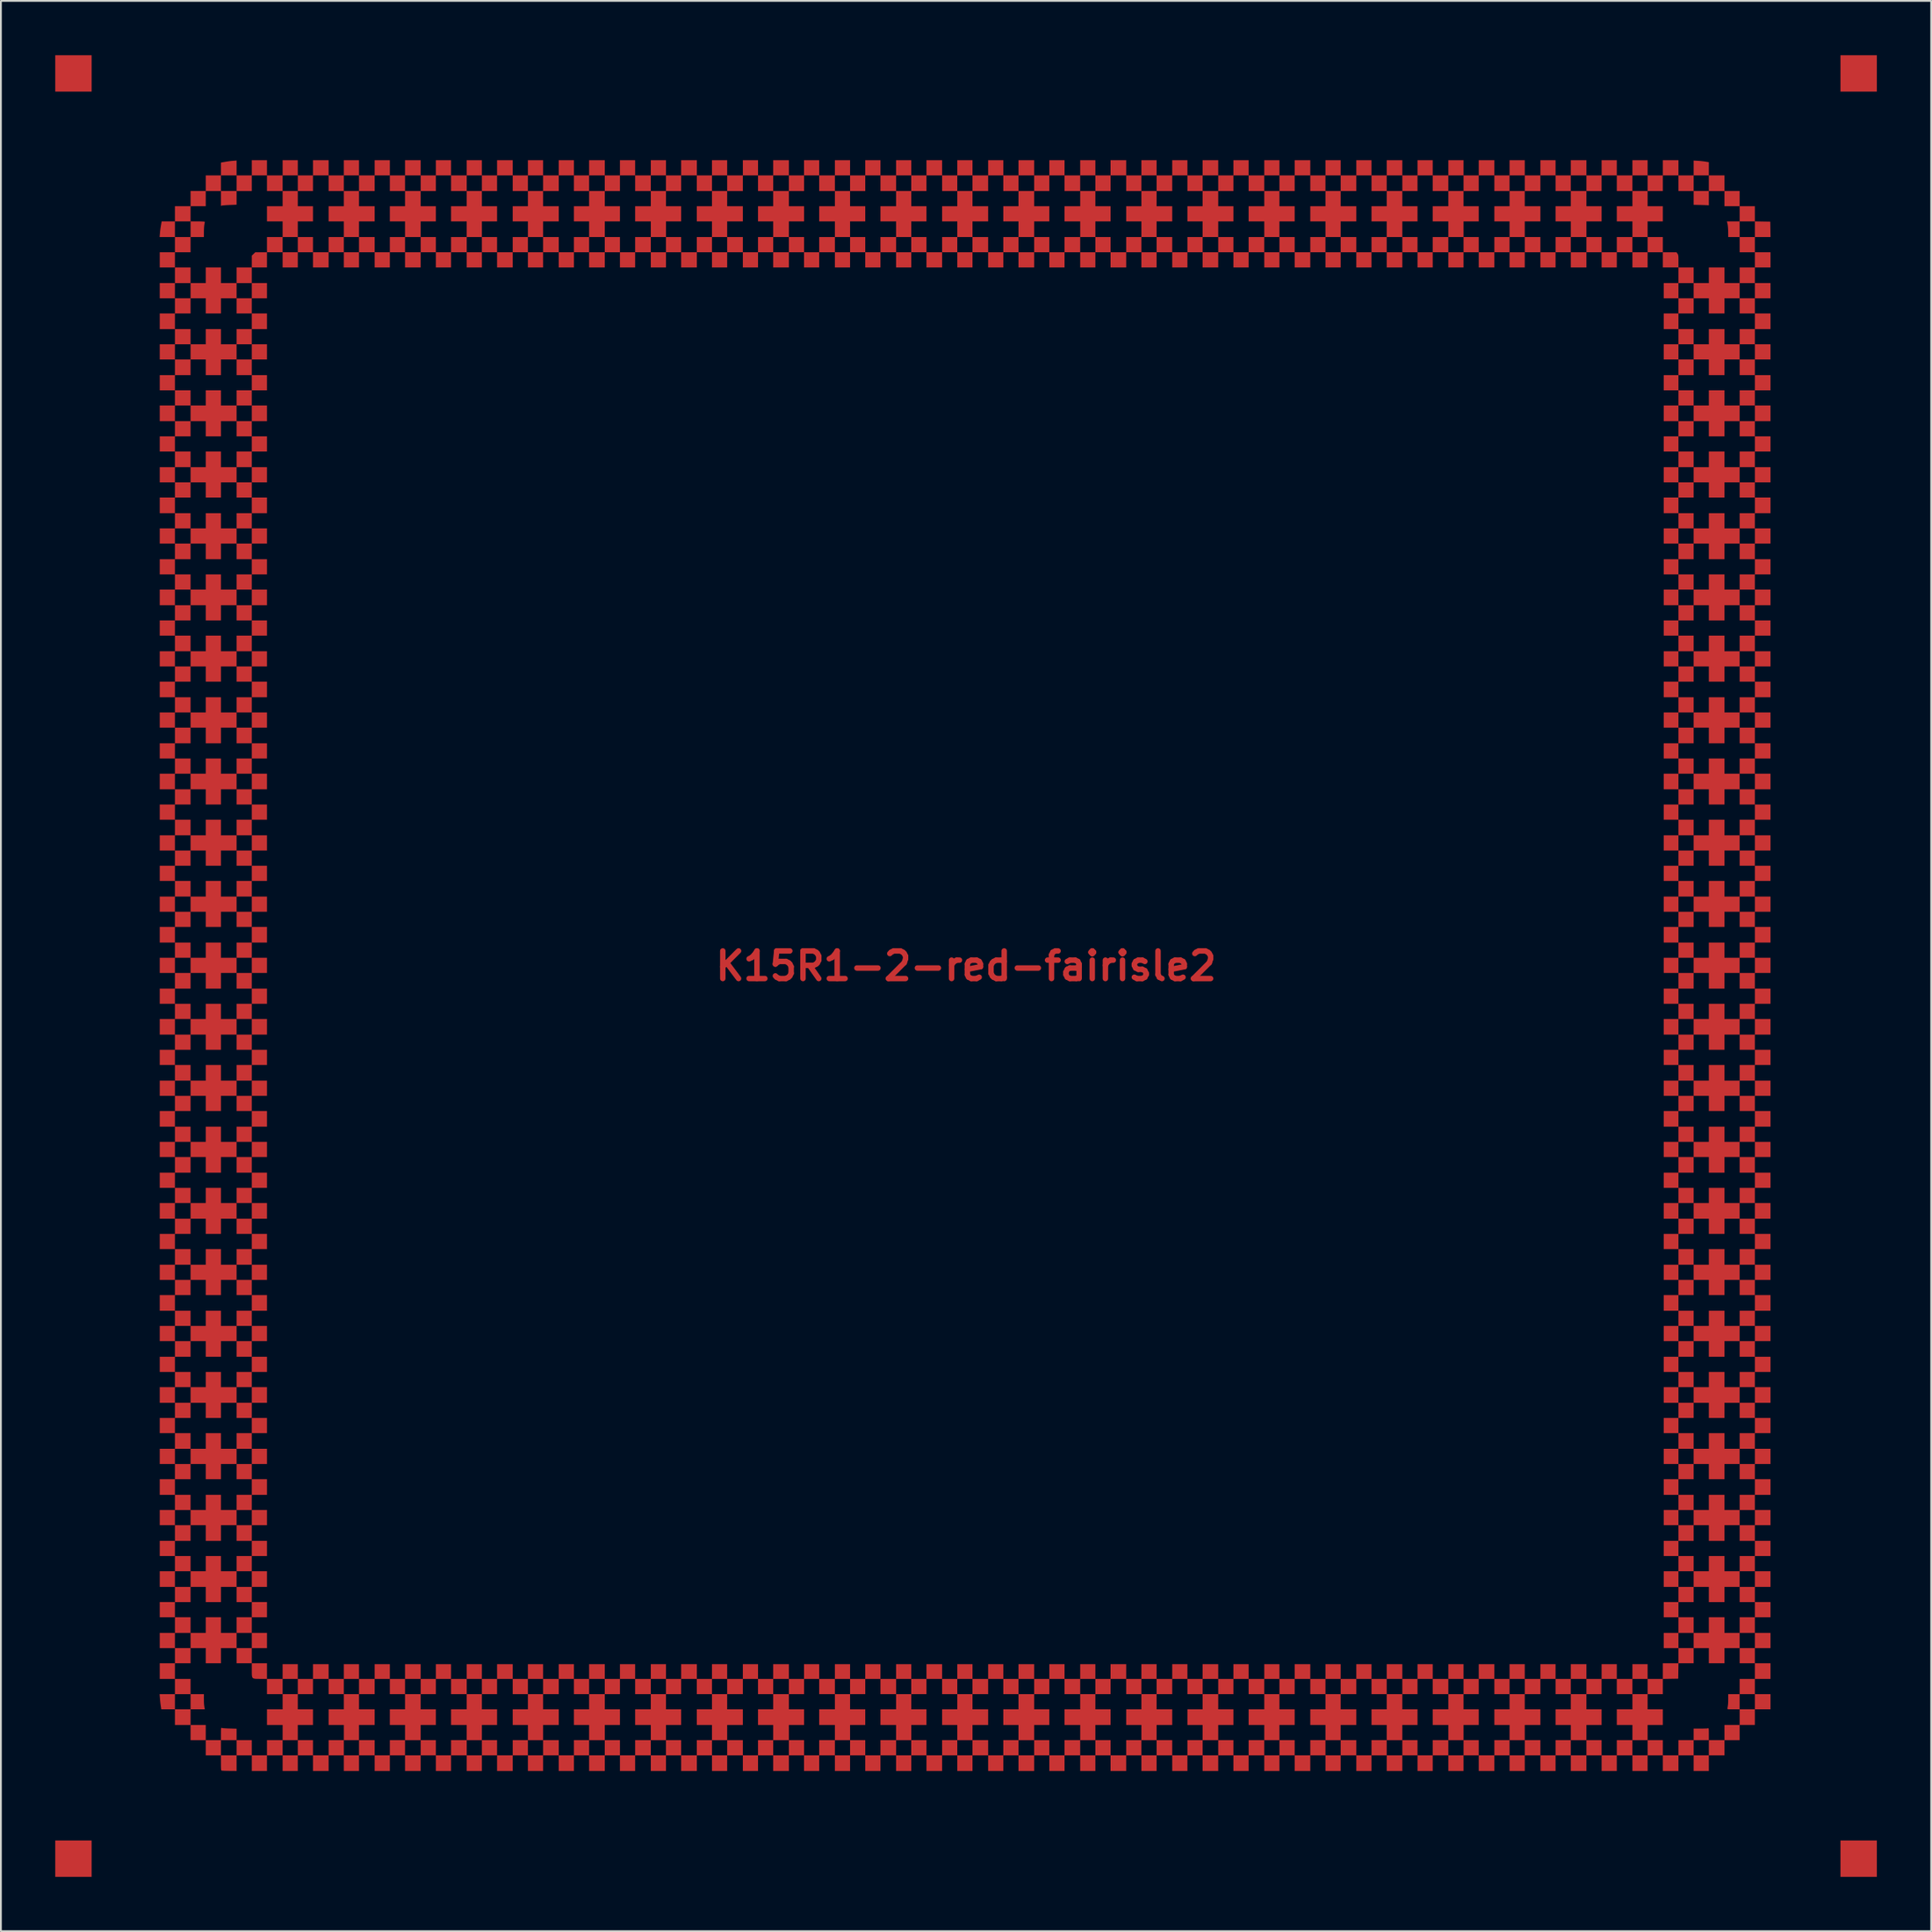
<source format=kicad_pcb>
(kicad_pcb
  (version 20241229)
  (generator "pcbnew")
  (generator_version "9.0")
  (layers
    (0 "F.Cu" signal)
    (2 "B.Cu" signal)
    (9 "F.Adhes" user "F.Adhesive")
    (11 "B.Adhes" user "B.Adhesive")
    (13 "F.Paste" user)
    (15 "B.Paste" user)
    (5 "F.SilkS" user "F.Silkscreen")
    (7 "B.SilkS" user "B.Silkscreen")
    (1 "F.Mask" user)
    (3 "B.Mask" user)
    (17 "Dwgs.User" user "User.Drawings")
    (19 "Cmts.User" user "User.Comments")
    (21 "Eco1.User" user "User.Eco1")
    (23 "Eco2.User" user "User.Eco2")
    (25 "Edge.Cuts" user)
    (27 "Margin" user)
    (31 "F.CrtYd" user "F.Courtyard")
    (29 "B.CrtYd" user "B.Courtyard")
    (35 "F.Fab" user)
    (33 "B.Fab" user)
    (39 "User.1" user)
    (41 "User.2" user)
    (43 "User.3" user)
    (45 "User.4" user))
  (footprint "K15R1-2-red-fairisle2"
    (layer "F.Cu")
    (at 50.267 50.267)
    (property "Reference" "K15R1-2-red-fairisle2" (at 0 0 0) (layer "F.Cu") (effects (font (size 1.524 1.524) (thickness 0.3))))
    (attr board_only exclude_from_pos_files exclude_from_bom)
    (fp_poly (pts (xy -48.26 -48.26) (xy -50.267 -48.26) (xy -50.267 -50.267) (xy -48.26 -50.267)) (stroke (width 0) (type solid)) (fill yes) (layer "F.Cu"))
    (fp_poly (pts (xy -48.26 50.267) (xy -50.267 50.267) (xy -50.267 48.26) (xy -48.26 48.26)) (stroke (width 0) (type solid)) (fill yes) (layer "F.Cu"))
    (fp_poly (pts (xy -39.421 -37.694) (xy -40.259 -37.694) (xy -40.259 -38.557) (xy -39.421 -38.557)) (stroke (width 0) (type solid)) (fill yes) (layer "F.Cu"))
    (fp_poly (pts (xy -39.421 -36.017) (xy -40.259 -36.017) (xy -40.259 -36.855) (xy -39.421 -36.855)) (stroke (width 0) (type solid)) (fill yes) (layer "F.Cu"))
    (fp_poly (pts (xy -39.421 -34.315) (xy -40.259 -34.315) (xy -40.259 -35.154) (xy -39.421 -35.154)) (stroke (width 0) (type solid)) (fill yes) (layer "F.Cu"))
    (fp_poly (pts (xy -39.421 -32.614) (xy -40.259 -32.614) (xy -40.259 -33.477) (xy -39.421 -33.477)) (stroke (width 0) (type solid)) (fill yes) (layer "F.Cu"))
    (fp_poly (pts (xy -39.421 -30.937) (xy -40.259 -30.937) (xy -40.259 -31.775) (xy -39.421 -31.775)) (stroke (width 0) (type solid)) (fill yes) (layer "F.Cu"))
    (fp_poly (pts (xy -39.421 -29.235) (xy -40.259 -29.235) (xy -40.259 -30.074) (xy -39.421 -30.074)) (stroke (width 0) (type solid)) (fill yes) (layer "F.Cu"))
    (fp_poly (pts (xy -39.421 -27.534) (xy -40.259 -27.534) (xy -40.259 -28.397) (xy -39.421 -28.397)) (stroke (width 0) (type solid)) (fill yes) (layer "F.Cu"))
    (fp_poly (pts (xy -39.421 -25.857) (xy -40.259 -25.857) (xy -40.259 -26.695) (xy -39.421 -26.695)) (stroke (width 0) (type solid)) (fill yes) (layer "F.Cu"))
    (fp_poly (pts (xy -39.421 -24.155) (xy -40.259 -24.155) (xy -40.259 -24.994) (xy -39.421 -24.994)) (stroke (width 0) (type solid)) (fill yes) (layer "F.Cu"))
    (fp_poly (pts (xy -39.421 -22.454) (xy -40.259 -22.454) (xy -40.259 -23.317) (xy -39.421 -23.317)) (stroke (width 0) (type solid)) (fill yes) (layer "F.Cu"))
    (fp_poly (pts (xy -39.421 -20.777) (xy -40.259 -20.777) (xy -40.259 -21.615) (xy -39.421 -21.615)) (stroke (width 0) (type solid)) (fill yes) (layer "F.Cu"))
    (fp_poly (pts (xy -39.421 -19.075) (xy -40.259 -19.075) (xy -40.259 -19.914) (xy -39.421 -19.914)) (stroke (width 0) (type solid)) (fill yes) (layer "F.Cu"))
    (fp_poly (pts (xy -39.421 -17.374) (xy -40.259 -17.374) (xy -40.259 -18.237) (xy -39.421 -18.237)) (stroke (width 0) (type solid)) (fill yes) (layer "F.Cu"))
    (fp_poly (pts (xy -39.421 -15.697) (xy -40.259 -15.697) (xy -40.259 -16.535) (xy -39.421 -16.535)) (stroke (width 0) (type solid)) (fill yes) (layer "F.Cu"))
    (fp_poly (pts (xy -39.421 -13.995) (xy -40.259 -13.995) (xy -40.259 -14.834) (xy -39.421 -14.834)) (stroke (width 0) (type solid)) (fill yes) (layer "F.Cu"))
    (fp_poly (pts (xy -39.421 -12.294) (xy -40.259 -12.294) (xy -40.259 -13.157) (xy -39.421 -13.157)) (stroke (width 0) (type solid)) (fill yes) (layer "F.Cu"))
    (fp_poly (pts (xy -39.421 -10.617) (xy -40.259 -10.617) (xy -40.259 -11.455) (xy -39.421 -11.455)) (stroke (width 0) (type solid)) (fill yes) (layer "F.Cu"))
    (fp_poly (pts (xy -39.421 -8.915) (xy -40.259 -8.915) (xy -40.259 -9.754) (xy -39.421 -9.754)) (stroke (width 0) (type solid)) (fill yes) (layer "F.Cu"))
    (fp_poly (pts (xy -39.421 -7.214) (xy -40.259 -7.214) (xy -40.259 -8.077) (xy -39.421 -8.077)) (stroke (width 0) (type solid)) (fill yes) (layer "F.Cu"))
    (fp_poly (pts (xy -39.421 -5.537) (xy -40.259 -5.537) (xy -40.259 -6.375) (xy -39.421 -6.375)) (stroke (width 0) (type solid)) (fill yes) (layer "F.Cu"))
    (fp_poly (pts (xy -39.421 -3.835) (xy -40.259 -3.835) (xy -40.259 -4.699) (xy -39.421 -4.699)) (stroke (width 0) (type solid)) (fill yes) (layer "F.Cu"))
    (fp_poly (pts (xy -39.421 -2.159) (xy -40.259 -2.159) (xy -40.259 -2.997) (xy -39.421 -2.997)) (stroke (width 0) (type solid)) (fill yes) (layer "F.Cu"))
    (fp_poly (pts (xy -39.421 -0.457) (xy -40.259 -0.457) (xy -40.259 -1.295) (xy -39.421 -1.295)) (stroke (width 0) (type solid)) (fill yes) (layer "F.Cu"))
    (fp_poly (pts (xy -39.421 1.245) (xy -40.259 1.245) (xy -40.259 0.381) (xy -39.421 0.381)) (stroke (width 0) (type solid)) (fill yes) (layer "F.Cu"))
    (fp_poly (pts (xy -39.421 2.921) (xy -40.259 2.921) (xy -40.259 2.083) (xy -39.421 2.083)) (stroke (width 0) (type solid)) (fill yes) (layer "F.Cu"))
    (fp_poly (pts (xy -39.421 4.623) (xy -40.259 4.623) (xy -40.259 3.785) (xy -39.421 3.785)) (stroke (width 0) (type solid)) (fill yes) (layer "F.Cu"))
    (fp_poly (pts (xy -39.421 6.325) (xy -40.259 6.325) (xy -40.259 5.461) (xy -39.421 5.461)) (stroke (width 0) (type solid)) (fill yes) (layer "F.Cu"))
    (fp_poly (pts (xy -39.421 8.001) (xy -40.259 8.001) (xy -40.259 7.163) (xy -39.421 7.163)) (stroke (width 0) (type solid)) (fill yes) (layer "F.Cu"))
    (fp_poly (pts (xy -39.421 9.703) (xy -40.259 9.703) (xy -40.259 8.865) (xy -39.421 8.865)) (stroke (width 0) (type solid)) (fill yes) (layer "F.Cu"))
    (fp_poly (pts (xy -39.421 11.405) (xy -40.259 11.405) (xy -40.259 10.541) (xy -39.421 10.541)) (stroke (width 0) (type solid)) (fill yes) (layer "F.Cu"))
    (fp_poly (pts (xy -39.421 13.081) (xy -40.259 13.081) (xy -40.259 12.243) (xy -39.421 12.243)) (stroke (width 0) (type solid)) (fill yes) (layer "F.Cu"))
    (fp_poly (pts (xy -39.421 14.783) (xy -40.259 14.783) (xy -40.259 13.945) (xy -39.421 13.945)) (stroke (width 0) (type solid)) (fill yes) (layer "F.Cu"))
    (fp_poly (pts (xy -39.421 16.485) (xy -40.259 16.485) (xy -40.259 15.621) (xy -39.421 15.621)) (stroke (width 0) (type solid)) (fill yes) (layer "F.Cu"))
    (fp_poly (pts (xy -39.421 18.161) (xy -40.259 18.161) (xy -40.259 17.323) (xy -39.421 17.323)) (stroke (width 0) (type solid)) (fill yes) (layer "F.Cu"))
    (fp_poly (pts (xy -39.421 19.863) (xy -40.259 19.863) (xy -40.259 19.025) (xy -39.421 19.025)) (stroke (width 0) (type solid)) (fill yes) (layer "F.Cu"))
    (fp_poly (pts (xy -39.421 21.565) (xy -40.259 21.565) (xy -40.259 20.701) (xy -39.421 20.701)) (stroke (width 0) (type solid)) (fill yes) (layer "F.Cu"))
    (fp_poly (pts (xy -39.421 23.241) (xy -40.259 23.241) (xy -40.259 22.403) (xy -39.421 22.403)) (stroke (width 0) (type solid)) (fill yes) (layer "F.Cu"))
    (fp_poly (pts (xy -39.421 24.943) (xy -40.259 24.943) (xy -40.259 24.105) (xy -39.421 24.105)) (stroke (width 0) (type solid)) (fill yes) (layer "F.Cu"))
    (fp_poly (pts (xy -39.421 26.645) (xy -40.259 26.645) (xy -40.259 25.781) (xy -39.421 25.781)) (stroke (width 0) (type solid)) (fill yes) (layer "F.Cu"))
    (fp_poly (pts (xy -39.421 28.321) (xy -40.259 28.321) (xy -40.259 27.483) (xy -39.421 27.483)) (stroke (width 0) (type solid)) (fill yes) (layer "F.Cu"))
    (fp_poly (pts (xy -39.421 30.023) (xy -40.259 30.023) (xy -40.259 29.185) (xy -39.421 29.185)) (stroke (width 0) (type solid)) (fill yes) (layer "F.Cu"))
    (fp_poly (pts (xy -39.421 31.725) (xy -40.259 31.725) (xy -40.259 30.861) (xy -39.421 30.861)) (stroke (width 0) (type solid)) (fill yes) (layer "F.Cu"))
    (fp_poly (pts (xy -39.421 33.401) (xy -40.259 33.401) (xy -40.259 32.563) (xy -39.421 32.563)) (stroke (width 0) (type solid)) (fill yes) (layer "F.Cu"))
    (fp_poly (pts (xy -39.421 35.103) (xy -40.259 35.103) (xy -40.259 34.265) (xy -39.421 34.265)) (stroke (width 0) (type solid)) (fill yes) (layer "F.Cu"))
    (fp_poly (pts (xy -39.421 36.805) (xy -40.259 36.805) (xy -40.259 35.941) (xy -39.421 35.941)) (stroke (width 0) (type solid)) (fill yes) (layer "F.Cu"))
    (fp_poly (pts (xy -39.421 38.481) (xy -40.259 38.481) (xy -40.259 37.643) (xy -39.421 37.643)) (stroke (width 0) (type solid)) (fill yes) (layer "F.Cu"))
    (fp_poly (pts (xy -38.583 -36.855) (xy -39.421 -36.855) (xy -39.421 -37.694) (xy -38.583 -37.694)) (stroke (width 0) (type solid)) (fill yes) (layer "F.Cu"))
    (fp_poly (pts (xy -38.583 -35.154) (xy -39.421 -35.154) (xy -39.421 -36.017) (xy -38.583 -36.017)) (stroke (width 0) (type solid)) (fill yes) (layer "F.Cu"))
    (fp_poly (pts (xy -38.583 -33.477) (xy -39.421 -33.477) (xy -39.421 -34.315) (xy -38.583 -34.315)) (stroke (width 0) (type solid)) (fill yes) (layer "F.Cu"))
    (fp_poly (pts (xy -38.583 -31.775) (xy -39.421 -31.775) (xy -39.421 -32.614) (xy -38.583 -32.614)) (stroke (width 0) (type solid)) (fill yes) (layer "F.Cu"))
    (fp_poly (pts (xy -38.583 -30.074) (xy -39.421 -30.074) (xy -39.421 -30.937) (xy -38.583 -30.937)) (stroke (width 0) (type solid)) (fill yes) (layer "F.Cu"))
    (fp_poly (pts (xy -38.583 -28.397) (xy -39.421 -28.397) (xy -39.421 -29.235) (xy -38.583 -29.235)) (stroke (width 0) (type solid)) (fill yes) (layer "F.Cu"))
    (fp_poly (pts (xy -38.583 -26.695) (xy -39.421 -26.695) (xy -39.421 -27.534) (xy -38.583 -27.534)) (stroke (width 0) (type solid)) (fill yes) (layer "F.Cu"))
    (fp_poly (pts (xy -38.583 -24.994) (xy -39.421 -24.994) (xy -39.421 -25.857) (xy -38.583 -25.857)) (stroke (width 0) (type solid)) (fill yes) (layer "F.Cu"))
    (fp_poly (pts (xy -38.583 -23.317) (xy -39.421 -23.317) (xy -39.421 -24.155) (xy -38.583 -24.155)) (stroke (width 0) (type solid)) (fill yes) (layer "F.Cu"))
    (fp_poly (pts (xy -38.583 -21.615) (xy -39.421 -21.615) (xy -39.421 -22.454) (xy -38.583 -22.454)) (stroke (width 0) (type solid)) (fill yes) (layer "F.Cu"))
    (fp_poly (pts (xy -38.583 -19.914) (xy -39.421 -19.914) (xy -39.421 -20.777) (xy -38.583 -20.777)) (stroke (width 0) (type solid)) (fill yes) (layer "F.Cu"))
    (fp_poly (pts (xy -38.583 -18.237) (xy -39.421 -18.237) (xy -39.421 -19.075) (xy -38.583 -19.075)) (stroke (width 0) (type solid)) (fill yes) (layer "F.Cu"))
    (fp_poly (pts (xy -38.583 -16.535) (xy -39.421 -16.535) (xy -39.421 -17.374) (xy -38.583 -17.374)) (stroke (width 0) (type solid)) (fill yes) (layer "F.Cu"))
    (fp_poly (pts (xy -38.583 -14.834) (xy -39.421 -14.834) (xy -39.421 -15.697) (xy -38.583 -15.697)) (stroke (width 0) (type solid)) (fill yes) (layer "F.Cu"))
    (fp_poly (pts (xy -38.583 -13.157) (xy -39.421 -13.157) (xy -39.421 -13.995) (xy -38.583 -13.995)) (stroke (width 0) (type solid)) (fill yes) (layer "F.Cu"))
    (fp_poly (pts (xy -38.583 -11.455) (xy -39.421 -11.455) (xy -39.421 -12.294) (xy -38.583 -12.294)) (stroke (width 0) (type solid)) (fill yes) (layer "F.Cu"))
    (fp_poly (pts (xy -38.583 -9.754) (xy -39.421 -9.754) (xy -39.421 -10.617) (xy -38.583 -10.617)) (stroke (width 0) (type solid)) (fill yes) (layer "F.Cu"))
    (fp_poly (pts (xy -38.583 -8.077) (xy -39.421 -8.077) (xy -39.421 -8.915) (xy -38.583 -8.915)) (stroke (width 0) (type solid)) (fill yes) (layer "F.Cu"))
    (fp_poly (pts (xy -38.583 -6.375) (xy -39.421 -6.375) (xy -39.421 -7.214) (xy -38.583 -7.214)) (stroke (width 0) (type solid)) (fill yes) (layer "F.Cu"))
    (fp_poly (pts (xy -38.583 -4.699) (xy -39.421 -4.699) (xy -39.421 -5.537) (xy -38.583 -5.537)) (stroke (width 0) (type solid)) (fill yes) (layer "F.Cu"))
    (fp_poly (pts (xy -38.583 -2.997) (xy -39.421 -2.997) (xy -39.421 -3.835) (xy -38.583 -3.835)) (stroke (width 0) (type solid)) (fill yes) (layer "F.Cu"))
    (fp_poly (pts (xy -38.583 -1.295) (xy -39.421 -1.295) (xy -39.421 -2.159) (xy -38.583 -2.159)) (stroke (width 0) (type solid)) (fill yes) (layer "F.Cu"))
    (fp_poly (pts (xy -38.583 0.381) (xy -39.421 0.381) (xy -39.421 -0.457) (xy -38.583 -0.457)) (stroke (width 0) (type solid)) (fill yes) (layer "F.Cu"))
    (fp_poly (pts (xy -38.583 2.083) (xy -39.421 2.083) (xy -39.421 1.245) (xy -38.583 1.245)) (stroke (width 0) (type solid)) (fill yes) (layer "F.Cu"))
    (fp_poly (pts (xy -38.583 3.785) (xy -39.421 3.785) (xy -39.421 2.921) (xy -38.583 2.921)) (stroke (width 0) (type solid)) (fill yes) (layer "F.Cu"))
    (fp_poly (pts (xy -38.583 5.461) (xy -39.421 5.461) (xy -39.421 4.623) (xy -38.583 4.623)) (stroke (width 0) (type solid)) (fill yes) (layer "F.Cu"))
    (fp_poly (pts (xy -38.583 7.163) (xy -39.421 7.163) (xy -39.421 6.325) (xy -38.583 6.325)) (stroke (width 0) (type solid)) (fill yes) (layer "F.Cu"))
    (fp_poly (pts (xy -38.583 8.865) (xy -39.421 8.865) (xy -39.421 8.001) (xy -38.583 8.001)) (stroke (width 0) (type solid)) (fill yes) (layer "F.Cu"))
    (fp_poly (pts (xy -38.583 10.541) (xy -39.421 10.541) (xy -39.421 9.703) (xy -38.583 9.703)) (stroke (width 0) (type solid)) (fill yes) (layer "F.Cu"))
    (fp_poly (pts (xy -38.583 12.243) (xy -39.421 12.243) (xy -39.421 11.405) (xy -38.583 11.405)) (stroke (width 0) (type solid)) (fill yes) (layer "F.Cu"))
    (fp_poly (pts (xy -38.583 13.945) (xy -39.421 13.945) (xy -39.421 13.081) (xy -38.583 13.081)) (stroke (width 0) (type solid)) (fill yes) (layer "F.Cu"))
    (fp_poly (pts (xy -38.583 15.621) (xy -39.421 15.621) (xy -39.421 14.783) (xy -38.583 14.783)) (stroke (width 0) (type solid)) (fill yes) (layer "F.Cu"))
    (fp_poly (pts (xy -38.583 17.323) (xy -39.421 17.323) (xy -39.421 16.485) (xy -38.583 16.485)) (stroke (width 0) (type solid)) (fill yes) (layer "F.Cu"))
    (fp_poly (pts (xy -38.583 19.025) (xy -39.421 19.025) (xy -39.421 18.161) (xy -38.583 18.161)) (stroke (width 0) (type solid)) (fill yes) (layer "F.Cu"))
    (fp_poly (pts (xy -38.583 20.701) (xy -39.421 20.701) (xy -39.421 19.863) (xy -38.583 19.863)) (stroke (width 0) (type solid)) (fill yes) (layer "F.Cu"))
    (fp_poly (pts (xy -38.583 22.403) (xy -39.421 22.403) (xy -39.421 21.565) (xy -38.583 21.565)) (stroke (width 0) (type solid)) (fill yes) (layer "F.Cu"))
    (fp_poly (pts (xy -38.583 24.105) (xy -39.421 24.105) (xy -39.421 23.241) (xy -38.583 23.241)) (stroke (width 0) (type solid)) (fill yes) (layer "F.Cu"))
    (fp_poly (pts (xy -38.583 25.781) (xy -39.421 25.781) (xy -39.421 24.943) (xy -38.583 24.943)) (stroke (width 0) (type solid)) (fill yes) (layer "F.Cu"))
    (fp_poly (pts (xy -38.583 27.483) (xy -39.421 27.483) (xy -39.421 26.645) (xy -38.583 26.645)) (stroke (width 0) (type solid)) (fill yes) (layer "F.Cu"))
    (fp_poly (pts (xy -38.583 29.185) (xy -39.421 29.185) (xy -39.421 28.321) (xy -38.583 28.321)) (stroke (width 0) (type solid)) (fill yes) (layer "F.Cu"))
    (fp_poly (pts (xy -38.583 30.861) (xy -39.421 30.861) (xy -39.421 30.023) (xy -38.583 30.023)) (stroke (width 0) (type solid)) (fill yes) (layer "F.Cu"))
    (fp_poly (pts (xy -38.583 32.563) (xy -39.421 32.563) (xy -39.421 31.725) (xy -38.583 31.725)) (stroke (width 0) (type solid)) (fill yes) (layer "F.Cu"))
    (fp_poly (pts (xy -38.583 34.265) (xy -39.421 34.265) (xy -39.421 33.401) (xy -38.583 33.401)) (stroke (width 0) (type solid)) (fill yes) (layer "F.Cu"))
    (fp_poly (pts (xy -38.583 35.941) (xy -39.421 35.941) (xy -39.421 35.103) (xy -38.583 35.103)) (stroke (width 0) (type solid)) (fill yes) (layer "F.Cu"))
    (fp_poly (pts (xy -38.583 37.643) (xy -39.421 37.643) (xy -39.421 36.805) (xy -38.583 36.805)) (stroke (width 0) (type solid)) (fill yes) (layer "F.Cu"))
    (fp_poly (pts (xy -37.719 -39.395) (xy -38.583 -39.395) (xy -38.583 -40.234) (xy -37.719 -40.234)) (stroke (width 0) (type solid)) (fill yes) (layer "F.Cu"))
    (fp_poly (pts (xy -37.719 40.183) (xy -38.583 40.183) (xy -38.583 39.345) (xy -37.719 39.345)) (stroke (width 0) (type solid)) (fill yes) (layer "F.Cu"))
    (fp_poly (pts (xy -36.881 -38.557) (xy -37.719 -38.557) (xy -37.719 -39.395) (xy -36.881 -39.395)) (stroke (width 0) (type solid)) (fill yes) (layer "F.Cu"))
    (fp_poly (pts (xy -36.881 39.345) (xy -37.719 39.345) (xy -37.719 38.532) (xy -36.881 38.532)) (stroke (width 0) (type solid)) (fill yes) (layer "F.Cu"))
    (fp_poly (pts (xy -36.043 -39.395) (xy -36.881 -39.395) (xy -36.881 -40.234) (xy -36.043 -40.234)) (stroke (width 0) (type solid)) (fill yes) (layer "F.Cu"))
    (fp_poly (pts (xy -36.043 40.183) (xy -36.881 40.183) (xy -36.881 39.345) (xy -36.043 39.345)) (stroke (width 0) (type solid)) (fill yes) (layer "F.Cu"))
    (fp_poly (pts (xy -35.179 -38.557) (xy -36.043 -38.557) (xy -36.043 -39.395) (xy -35.179 -39.395)) (stroke (width 0) (type solid)) (fill yes) (layer "F.Cu"))
    (fp_poly (pts (xy -35.179 39.345) (xy -36.043 39.345) (xy -36.043 38.532) (xy -35.179 38.532)) (stroke (width 0) (type solid)) (fill yes) (layer "F.Cu"))
    (fp_poly (pts (xy -34.341 -39.395) (xy -35.179 -39.395) (xy -35.179 -40.234) (xy -34.341 -40.234)) (stroke (width 0) (type solid)) (fill yes) (layer "F.Cu"))
    (fp_poly (pts (xy -34.341 40.183) (xy -35.179 40.183) (xy -35.179 39.345) (xy -34.341 39.345)) (stroke (width 0) (type solid)) (fill yes) (layer "F.Cu"))
    (fp_poly (pts (xy -33.503 -38.557) (xy -34.341 -38.557) (xy -34.341 -39.395) (xy -33.503 -39.395)) (stroke (width 0) (type solid)) (fill yes) (layer "F.Cu"))
    (fp_poly (pts (xy -33.503 39.345) (xy -34.341 39.345) (xy -34.341 38.532) (xy -33.503 38.532)) (stroke (width 0) (type solid)) (fill yes) (layer "F.Cu"))
    (fp_poly (pts (xy -32.639 -39.395) (xy -33.503 -39.395) (xy -33.503 -40.234) (xy -32.639 -40.234)) (stroke (width 0) (type solid)) (fill yes) (layer "F.Cu"))
    (fp_poly (pts (xy -32.639 40.183) (xy -33.503 40.183) (xy -33.503 39.345) (xy -32.639 39.345)) (stroke (width 0) (type solid)) (fill yes) (layer "F.Cu"))
    (fp_poly (pts (xy -31.801 -38.557) (xy -32.639 -38.557) (xy -32.639 -39.395) (xy -31.801 -39.395)) (stroke (width 0) (type solid)) (fill yes) (layer "F.Cu"))
    (fp_poly (pts (xy -31.801 39.345) (xy -32.639 39.345) (xy -32.639 38.532) (xy -31.801 38.532)) (stroke (width 0) (type solid)) (fill yes) (layer "F.Cu"))
    (fp_poly (pts (xy -30.963 -39.395) (xy -31.801 -39.395) (xy -31.801 -40.234) (xy -30.963 -40.234)) (stroke (width 0) (type solid)) (fill yes) (layer "F.Cu"))
    (fp_poly (pts (xy -30.963 40.183) (xy -31.801 40.183) (xy -31.801 39.345) (xy -30.963 39.345)) (stroke (width 0) (type solid)) (fill yes) (layer "F.Cu"))
    (fp_poly (pts (xy -30.099 -38.557) (xy -30.963 -38.557) (xy -30.963 -39.395) (xy -30.099 -39.395)) (stroke (width 0) (type solid)) (fill yes) (layer "F.Cu"))
    (fp_poly (pts (xy -30.099 39.345) (xy -30.963 39.345) (xy -30.963 38.532) (xy -30.099 38.532)) (stroke (width 0) (type solid)) (fill yes) (layer "F.Cu"))
    (fp_poly (pts (xy -29.261 -39.395) (xy -30.099 -39.395) (xy -30.099 -40.234) (xy -29.261 -40.234)) (stroke (width 0) (type solid)) (fill yes) (layer "F.Cu"))
    (fp_poly (pts (xy -29.261 40.183) (xy -30.099 40.183) (xy -30.099 39.345) (xy -29.261 39.345)) (stroke (width 0) (type solid)) (fill yes) (layer "F.Cu"))
    (fp_poly (pts (xy -28.423 -38.557) (xy -29.261 -38.557) (xy -29.261 -39.395) (xy -28.423 -39.395)) (stroke (width 0) (type solid)) (fill yes) (layer "F.Cu"))
    (fp_poly (pts (xy -28.423 39.345) (xy -29.261 39.345) (xy -29.261 38.532) (xy -28.423 38.532)) (stroke (width 0) (type solid)) (fill yes) (layer "F.Cu"))
    (fp_poly (pts (xy -27.559 -39.395) (xy -28.423 -39.395) (xy -28.423 -40.234) (xy -27.559 -40.234)) (stroke (width 0) (type solid)) (fill yes) (layer "F.Cu"))
    (fp_poly (pts (xy -27.559 40.183) (xy -28.423 40.183) (xy -28.423 39.345) (xy -27.559 39.345)) (stroke (width 0) (type solid)) (fill yes) (layer "F.Cu"))
    (fp_poly (pts (xy -26.721 -38.557) (xy -27.559 -38.557) (xy -27.559 -39.395) (xy -26.721 -39.395)) (stroke (width 0) (type solid)) (fill yes) (layer "F.Cu"))
    (fp_poly (pts (xy -26.721 39.345) (xy -27.559 39.345) (xy -27.559 38.532) (xy -26.721 38.532)) (stroke (width 0) (type solid)) (fill yes) (layer "F.Cu"))
    (fp_poly (pts (xy -25.883 -39.395) (xy -26.721 -39.395) (xy -26.721 -40.234) (xy -25.883 -40.234)) (stroke (width 0) (type solid)) (fill yes) (layer "F.Cu"))
    (fp_poly (pts (xy -25.883 40.183) (xy -26.721 40.183) (xy -26.721 39.345) (xy -25.883 39.345)) (stroke (width 0) (type solid)) (fill yes) (layer "F.Cu"))
    (fp_poly (pts (xy -25.019 -38.557) (xy -25.883 -38.557) (xy -25.883 -39.395) (xy -25.019 -39.395)) (stroke (width 0) (type solid)) (fill yes) (layer "F.Cu"))
    (fp_poly (pts (xy -25.019 39.345) (xy -25.883 39.345) (xy -25.883 38.532) (xy -25.019 38.532)) (stroke (width 0) (type solid)) (fill yes) (layer "F.Cu"))
    (fp_poly (pts (xy -24.181 -39.395) (xy -25.019 -39.395) (xy -25.019 -40.234) (xy -24.181 -40.234)) (stroke (width 0) (type solid)) (fill yes) (layer "F.Cu"))
    (fp_poly (pts (xy -24.181 40.183) (xy -25.019 40.183) (xy -25.019 39.345) (xy -24.181 39.345)) (stroke (width 0) (type solid)) (fill yes) (layer "F.Cu"))
    (fp_poly (pts (xy -23.343 -38.557) (xy -24.181 -38.557) (xy -24.181 -39.395) (xy -23.343 -39.395)) (stroke (width 0) (type solid)) (fill yes) (layer "F.Cu"))
    (fp_poly (pts (xy -23.343 39.345) (xy -24.181 39.345) (xy -24.181 38.532) (xy -23.343 38.532)) (stroke (width 0) (type solid)) (fill yes) (layer "F.Cu"))
    (fp_poly (pts (xy -22.479 -39.395) (xy -23.343 -39.395) (xy -23.343 -40.234) (xy -22.479 -40.234)) (stroke (width 0) (type solid)) (fill yes) (layer "F.Cu"))
    (fp_poly (pts (xy -22.479 40.183) (xy -23.343 40.183) (xy -23.343 39.345) (xy -22.479 39.345)) (stroke (width 0) (type solid)) (fill yes) (layer "F.Cu"))
    (fp_poly (pts (xy -21.641 -38.557) (xy -22.479 -38.557) (xy -22.479 -39.395) (xy -21.641 -39.395)) (stroke (width 0) (type solid)) (fill yes) (layer "F.Cu"))
    (fp_poly (pts (xy -21.641 39.345) (xy -22.479 39.345) (xy -22.479 38.532) (xy -21.641 38.532)) (stroke (width 0) (type solid)) (fill yes) (layer "F.Cu"))
    (fp_poly (pts (xy -20.803 -39.395) (xy -21.641 -39.395) (xy -21.641 -40.234) (xy -20.803 -40.234)) (stroke (width 0) (type solid)) (fill yes) (layer "F.Cu"))
    (fp_poly (pts (xy -20.803 40.183) (xy -21.641 40.183) (xy -21.641 39.345) (xy -20.803 39.345)) (stroke (width 0) (type solid)) (fill yes) (layer "F.Cu"))
    (fp_poly (pts (xy -19.939 -38.557) (xy -20.803 -38.557) (xy -20.803 -39.395) (xy -19.939 -39.395)) (stroke (width 0) (type solid)) (fill yes) (layer "F.Cu"))
    (fp_poly (pts (xy -19.939 39.345) (xy -20.803 39.345) (xy -20.803 38.532) (xy -19.939 38.532)) (stroke (width 0) (type solid)) (fill yes) (layer "F.Cu"))
    (fp_poly (pts (xy -19.101 -39.395) (xy -19.939 -39.395) (xy -19.939 -40.234) (xy -19.101 -40.234)) (stroke (width 0) (type solid)) (fill yes) (layer "F.Cu"))
    (fp_poly (pts (xy -19.101 40.183) (xy -19.939 40.183) (xy -19.939 39.345) (xy -19.101 39.345)) (stroke (width 0) (type solid)) (fill yes) (layer "F.Cu"))
    (fp_poly (pts (xy -18.263 -38.557) (xy -19.101 -38.557) (xy -19.101 -39.395) (xy -18.263 -39.395)) (stroke (width 0) (type solid)) (fill yes) (layer "F.Cu"))
    (fp_poly (pts (xy -18.263 39.345) (xy -19.101 39.345) (xy -19.101 38.532) (xy -18.263 38.532)) (stroke (width 0) (type solid)) (fill yes) (layer "F.Cu"))
    (fp_poly (pts (xy -17.399 -39.395) (xy -18.263 -39.395) (xy -18.263 -40.234) (xy -17.399 -40.234)) (stroke (width 0) (type solid)) (fill yes) (layer "F.Cu"))
    (fp_poly (pts (xy -17.399 40.183) (xy -18.263 40.183) (xy -18.263 39.345) (xy -17.399 39.345)) (stroke (width 0) (type solid)) (fill yes) (layer "F.Cu"))
    (fp_poly (pts (xy -16.561 -38.557) (xy -17.399 -38.557) (xy -17.399 -39.395) (xy -16.561 -39.395)) (stroke (width 0) (type solid)) (fill yes) (layer "F.Cu"))
    (fp_poly (pts (xy -16.561 39.345) (xy -17.399 39.345) (xy -17.399 38.532) (xy -16.561 38.532)) (stroke (width 0) (type solid)) (fill yes) (layer "F.Cu"))
    (fp_poly (pts (xy -15.723 -39.395) (xy -16.561 -39.395) (xy -16.561 -40.234) (xy -15.723 -40.234)) (stroke (width 0) (type solid)) (fill yes) (layer "F.Cu"))
    (fp_poly (pts (xy -15.723 40.183) (xy -16.561 40.183) (xy -16.561 39.345) (xy -15.723 39.345)) (stroke (width 0) (type solid)) (fill yes) (layer "F.Cu"))
    (fp_poly (pts (xy -14.859 -38.557) (xy -15.723 -38.557) (xy -15.723 -39.395) (xy -14.859 -39.395)) (stroke (width 0) (type solid)) (fill yes) (layer "F.Cu"))
    (fp_poly (pts (xy -14.859 39.345) (xy -15.723 39.345) (xy -15.723 38.532) (xy -14.859 38.532)) (stroke (width 0) (type solid)) (fill yes) (layer "F.Cu"))
    (fp_poly (pts (xy -14.021 -39.395) (xy -14.859 -39.395) (xy -14.859 -40.234) (xy -14.021 -40.234)) (stroke (width 0) (type solid)) (fill yes) (layer "F.Cu"))
    (fp_poly (pts (xy -14.021 40.183) (xy -14.859 40.183) (xy -14.859 39.345) (xy -14.021 39.345)) (stroke (width 0) (type solid)) (fill yes) (layer "F.Cu"))
    (fp_poly (pts (xy -13.183 -38.557) (xy -14.021 -38.557) (xy -14.021 -39.395) (xy -13.183 -39.395)) (stroke (width 0) (type solid)) (fill yes) (layer "F.Cu"))
    (fp_poly (pts (xy -13.183 39.345) (xy -14.021 39.345) (xy -14.021 38.532) (xy -13.183 38.532)) (stroke (width 0) (type solid)) (fill yes) (layer "F.Cu"))
    (fp_poly (pts (xy -12.319 -39.395) (xy -13.183 -39.395) (xy -13.183 -40.234) (xy -12.319 -40.234)) (stroke (width 0) (type solid)) (fill yes) (layer "F.Cu"))
    (fp_poly (pts (xy -12.319 40.183) (xy -13.183 40.183) (xy -13.183 39.345) (xy -12.319 39.345)) (stroke (width 0) (type solid)) (fill yes) (layer "F.Cu"))
    (fp_poly (pts (xy -11.481 -38.557) (xy -12.319 -38.557) (xy -12.319 -39.395) (xy -11.481 -39.395)) (stroke (width 0) (type solid)) (fill yes) (layer "F.Cu"))
    (fp_poly (pts (xy -11.481 39.345) (xy -12.319 39.345) (xy -12.319 38.532) (xy -11.481 38.532)) (stroke (width 0) (type solid)) (fill yes) (layer "F.Cu"))
    (fp_poly (pts (xy -10.643 -39.395) (xy -11.481 -39.395) (xy -11.481 -40.234) (xy -10.643 -40.234)) (stroke (width 0) (type solid)) (fill yes) (layer "F.Cu"))
    (fp_poly (pts (xy -10.643 40.183) (xy -11.481 40.183) (xy -11.481 39.345) (xy -10.643 39.345)) (stroke (width 0) (type solid)) (fill yes) (layer "F.Cu"))
    (fp_poly (pts (xy -9.779 -38.557) (xy -10.643 -38.557) (xy -10.643 -39.395) (xy -9.779 -39.395)) (stroke (width 0) (type solid)) (fill yes) (layer "F.Cu"))
    (fp_poly (pts (xy -9.779 39.345) (xy -10.643 39.345) (xy -10.643 38.532) (xy -9.779 38.532)) (stroke (width 0) (type solid)) (fill yes) (layer "F.Cu"))
    (fp_poly (pts (xy -8.941 -39.395) (xy -9.779 -39.395) (xy -9.779 -40.234) (xy -8.941 -40.234)) (stroke (width 0) (type solid)) (fill yes) (layer "F.Cu"))
    (fp_poly (pts (xy -8.941 40.183) (xy -9.779 40.183) (xy -9.779 39.345) (xy -8.941 39.345)) (stroke (width 0) (type solid)) (fill yes) (layer "F.Cu"))
    (fp_poly (pts (xy -8.103 -38.557) (xy -8.941 -38.557) (xy -8.941 -39.395) (xy -8.103 -39.395)) (stroke (width 0) (type solid)) (fill yes) (layer "F.Cu"))
    (fp_poly (pts (xy -8.103 39.345) (xy -8.941 39.345) (xy -8.941 38.532) (xy -8.103 38.532)) (stroke (width 0) (type solid)) (fill yes) (layer "F.Cu"))
    (fp_poly (pts (xy -7.239 -39.395) (xy -8.103 -39.395) (xy -8.103 -40.234) (xy -7.239 -40.234)) (stroke (width 0) (type solid)) (fill yes) (layer "F.Cu"))
    (fp_poly (pts (xy -7.239 40.183) (xy -8.103 40.183) (xy -8.103 39.345) (xy -7.239 39.345)) (stroke (width 0) (type solid)) (fill yes) (layer "F.Cu"))
    (fp_poly (pts (xy -6.401 -38.557) (xy -7.239 -38.557) (xy -7.239 -39.395) (xy -6.401 -39.395)) (stroke (width 0) (type solid)) (fill yes) (layer "F.Cu"))
    (fp_poly (pts (xy -6.401 39.345) (xy -7.239 39.345) (xy -7.239 38.532) (xy -6.401 38.532)) (stroke (width 0) (type solid)) (fill yes) (layer "F.Cu"))
    (fp_poly (pts (xy -5.563 -39.395) (xy -6.401 -39.395) (xy -6.401 -40.234) (xy -5.563 -40.234)) (stroke (width 0) (type solid)) (fill yes) (layer "F.Cu"))
    (fp_poly (pts (xy -5.563 40.183) (xy -6.401 40.183) (xy -6.401 39.345) (xy -5.563 39.345)) (stroke (width 0) (type solid)) (fill yes) (layer "F.Cu"))
    (fp_poly (pts (xy -4.724 -38.557) (xy -5.563 -38.557) (xy -5.563 -39.395) (xy -4.724 -39.395)) (stroke (width 0) (type solid)) (fill yes) (layer "F.Cu"))
    (fp_poly (pts (xy -4.724 39.345) (xy -5.563 39.345) (xy -5.563 38.532) (xy -4.724 38.532)) (stroke (width 0) (type solid)) (fill yes) (layer "F.Cu"))
    (fp_poly (pts (xy -3.861 -39.395) (xy -4.724 -39.395) (xy -4.724 -40.234) (xy -3.861 -40.234)) (stroke (width 0) (type solid)) (fill yes) (layer "F.Cu"))
    (fp_poly (pts (xy -3.861 40.183) (xy -4.724 40.183) (xy -4.724 39.345) (xy -3.861 39.345)) (stroke (width 0) (type solid)) (fill yes) (layer "F.Cu"))
    (fp_poly (pts (xy -3.023 -38.557) (xy -3.861 -38.557) (xy -3.861 -39.395) (xy -3.023 -39.395)) (stroke (width 0) (type solid)) (fill yes) (layer "F.Cu"))
    (fp_poly (pts (xy -3.023 39.345) (xy -3.861 39.345) (xy -3.861 38.532) (xy -3.023 38.532)) (stroke (width 0) (type solid)) (fill yes) (layer "F.Cu"))
    (fp_poly (pts (xy -2.184 -39.395) (xy -3.023 -39.395) (xy -3.023 -40.234) (xy -2.184 -40.234)) (stroke (width 0) (type solid)) (fill yes) (layer "F.Cu"))
    (fp_poly (pts (xy -2.184 40.183) (xy -3.023 40.183) (xy -3.023 39.345) (xy -2.184 39.345)) (stroke (width 0) (type solid)) (fill yes) (layer "F.Cu"))
    (fp_poly (pts (xy -1.321 -38.557) (xy -2.184 -38.557) (xy -2.184 -39.395) (xy -1.321 -39.395)) (stroke (width 0) (type solid)) (fill yes) (layer "F.Cu"))
    (fp_poly (pts (xy -1.321 39.345) (xy -2.184 39.345) (xy -2.184 38.532) (xy -1.321 38.532)) (stroke (width 0) (type solid)) (fill yes) (layer "F.Cu"))
    (fp_poly (pts (xy -0.483 -39.395) (xy -1.321 -39.395) (xy -1.321 -40.234) (xy -0.483 -40.234)) (stroke (width 0) (type solid)) (fill yes) (layer "F.Cu"))
    (fp_poly (pts (xy -0.483 40.183) (xy -1.321 40.183) (xy -1.321 39.345) (xy -0.483 39.345)) (stroke (width 0) (type solid)) (fill yes) (layer "F.Cu"))
    (fp_poly (pts (xy 0.356 -38.557) (xy -0.483 -38.557) (xy -0.483 -39.395) (xy 0.356 -39.395)) (stroke (width 0) (type solid)) (fill yes) (layer "F.Cu"))
    (fp_poly (pts (xy 0.356 39.345) (xy -0.483 39.345) (xy -0.483 38.532) (xy 0.356 38.532)) (stroke (width 0) (type solid)) (fill yes) (layer "F.Cu"))
    (fp_poly (pts (xy 1.219 -39.395) (xy 0.356 -39.395) (xy 0.356 -40.234) (xy 1.219 -40.234)) (stroke (width 0) (type solid)) (fill yes) (layer "F.Cu"))
    (fp_poly (pts (xy 1.219 40.183) (xy 0.356 40.183) (xy 0.356 39.345) (xy 1.219 39.345)) (stroke (width 0) (type solid)) (fill yes) (layer "F.Cu"))
    (fp_poly (pts (xy 2.057 -38.557) (xy 1.219 -38.557) (xy 1.219 -39.395) (xy 2.057 -39.395)) (stroke (width 0) (type solid)) (fill yes) (layer "F.Cu"))
    (fp_poly (pts (xy 2.057 39.345) (xy 1.219 39.345) (xy 1.219 38.532) (xy 2.057 38.532)) (stroke (width 0) (type solid)) (fill yes) (layer "F.Cu"))
    (fp_poly (pts (xy 2.896 -39.395) (xy 2.057 -39.395) (xy 2.057 -40.234) (xy 2.896 -40.234)) (stroke (width 0) (type solid)) (fill yes) (layer "F.Cu"))
    (fp_poly (pts (xy 2.896 40.183) (xy 2.057 40.183) (xy 2.057 39.345) (xy 2.896 39.345)) (stroke (width 0) (type solid)) (fill yes) (layer "F.Cu"))
    (fp_poly (pts (xy 3.759 -38.557) (xy 2.896 -38.557) (xy 2.896 -39.395) (xy 3.759 -39.395)) (stroke (width 0) (type solid)) (fill yes) (layer "F.Cu"))
    (fp_poly (pts (xy 3.759 39.345) (xy 2.896 39.345) (xy 2.896 38.532) (xy 3.759 38.532)) (stroke (width 0) (type solid)) (fill yes) (layer "F.Cu"))
    (fp_poly (pts (xy 4.597 -39.395) (xy 3.759 -39.395) (xy 3.759 -40.234) (xy 4.597 -40.234)) (stroke (width 0) (type solid)) (fill yes) (layer "F.Cu"))
    (fp_poly (pts (xy 4.597 40.183) (xy 3.759 40.183) (xy 3.759 39.345) (xy 4.597 39.345)) (stroke (width 0) (type solid)) (fill yes) (layer "F.Cu"))
    (fp_poly (pts (xy 5.436 -38.557) (xy 4.597 -38.557) (xy 4.597 -39.395) (xy 5.436 -39.395)) (stroke (width 0) (type solid)) (fill yes) (layer "F.Cu"))
    (fp_poly (pts (xy 5.436 39.345) (xy 4.597 39.345) (xy 4.597 38.532) (xy 5.436 38.532)) (stroke (width 0) (type solid)) (fill yes) (layer "F.Cu"))
    (fp_poly (pts (xy 6.299 -39.395) (xy 5.436 -39.395) (xy 5.436 -40.234) (xy 6.299 -40.234)) (stroke (width 0) (type solid)) (fill yes) (layer "F.Cu"))
    (fp_poly (pts (xy 6.299 40.183) (xy 5.436 40.183) (xy 5.436 39.345) (xy 6.299 39.345)) (stroke (width 0) (type solid)) (fill yes) (layer "F.Cu"))
    (fp_poly (pts (xy 7.137 -38.557) (xy 6.299 -38.557) (xy 6.299 -39.395) (xy 7.137 -39.395)) (stroke (width 0) (type solid)) (fill yes) (layer "F.Cu"))
    (fp_poly (pts (xy 7.137 39.345) (xy 6.299 39.345) (xy 6.299 38.532) (xy 7.137 38.532)) (stroke (width 0) (type solid)) (fill yes) (layer "F.Cu"))
    (fp_poly (pts (xy 7.976 -39.395) (xy 7.137 -39.395) (xy 7.137 -40.234) (xy 7.976 -40.234)) (stroke (width 0) (type solid)) (fill yes) (layer "F.Cu"))
    (fp_poly (pts (xy 7.976 40.183) (xy 7.137 40.183) (xy 7.137 39.345) (xy 7.976 39.345)) (stroke (width 0) (type solid)) (fill yes) (layer "F.Cu"))
    (fp_poly (pts (xy 8.839 -38.557) (xy 7.976 -38.557) (xy 7.976 -39.395) (xy 8.839 -39.395)) (stroke (width 0) (type solid)) (fill yes) (layer "F.Cu"))
    (fp_poly (pts (xy 8.839 39.345) (xy 7.976 39.345) (xy 7.976 38.532) (xy 8.839 38.532)) (stroke (width 0) (type solid)) (fill yes) (layer "F.Cu"))
    (fp_poly (pts (xy 9.677 -39.395) (xy 8.839 -39.395) (xy 8.839 -40.234) (xy 9.677 -40.234)) (stroke (width 0) (type solid)) (fill yes) (layer "F.Cu"))
    (fp_poly (pts (xy 9.677 40.183) (xy 8.839 40.183) (xy 8.839 39.345) (xy 9.677 39.345)) (stroke (width 0) (type solid)) (fill yes) (layer "F.Cu"))
    (fp_poly (pts (xy 10.516 -38.557) (xy 9.677 -38.557) (xy 9.677 -39.395) (xy 10.516 -39.395)) (stroke (width 0) (type solid)) (fill yes) (layer "F.Cu"))
    (fp_poly (pts (xy 10.516 39.345) (xy 9.677 39.345) (xy 9.677 38.532) (xy 10.516 38.532)) (stroke (width 0) (type solid)) (fill yes) (layer "F.Cu"))
    (fp_poly (pts (xy 11.379 -39.395) (xy 10.516 -39.395) (xy 10.516 -40.234) (xy 11.379 -40.234)) (stroke (width 0) (type solid)) (fill yes) (layer "F.Cu"))
    (fp_poly (pts (xy 11.379 40.183) (xy 10.516 40.183) (xy 10.516 39.345) (xy 11.379 39.345)) (stroke (width 0) (type solid)) (fill yes) (layer "F.Cu"))
    (fp_poly (pts (xy 12.217 -38.557) (xy 11.379 -38.557) (xy 11.379 -39.395) (xy 12.217 -39.395)) (stroke (width 0) (type solid)) (fill yes) (layer "F.Cu"))
    (fp_poly (pts (xy 12.217 39.345) (xy 11.379 39.345) (xy 11.379 38.532) (xy 12.217 38.532)) (stroke (width 0) (type solid)) (fill yes) (layer "F.Cu"))
    (fp_poly (pts (xy 13.056 -39.395) (xy 12.217 -39.395) (xy 12.217 -40.234) (xy 13.056 -40.234)) (stroke (width 0) (type solid)) (fill yes) (layer "F.Cu"))
    (fp_poly (pts (xy 13.056 40.183) (xy 12.217 40.183) (xy 12.217 39.345) (xy 13.056 39.345)) (stroke (width 0) (type solid)) (fill yes) (layer "F.Cu"))
    (fp_poly (pts (xy 13.919 -38.557) (xy 13.056 -38.557) (xy 13.056 -39.395) (xy 13.919 -39.395)) (stroke (width 0) (type solid)) (fill yes) (layer "F.Cu"))
    (fp_poly (pts (xy 13.919 39.345) (xy 13.056 39.345) (xy 13.056 38.532) (xy 13.919 38.532)) (stroke (width 0) (type solid)) (fill yes) (layer "F.Cu"))
    (fp_poly (pts (xy 14.757 -39.395) (xy 13.919 -39.395) (xy 13.919 -40.234) (xy 14.757 -40.234)) (stroke (width 0) (type solid)) (fill yes) (layer "F.Cu"))
    (fp_poly (pts (xy 14.757 40.183) (xy 13.919 40.183) (xy 13.919 39.345) (xy 14.757 39.345)) (stroke (width 0) (type solid)) (fill yes) (layer "F.Cu"))
    (fp_poly (pts (xy 15.596 -38.557) (xy 14.757 -38.557) (xy 14.757 -39.395) (xy 15.596 -39.395)) (stroke (width 0) (type solid)) (fill yes) (layer "F.Cu"))
    (fp_poly (pts (xy 15.596 39.345) (xy 14.757 39.345) (xy 14.757 38.532) (xy 15.596 38.532)) (stroke (width 0) (type solid)) (fill yes) (layer "F.Cu"))
    (fp_poly (pts (xy 16.459 -39.395) (xy 15.596 -39.395) (xy 15.596 -40.234) (xy 16.459 -40.234)) (stroke (width 0) (type solid)) (fill yes) (layer "F.Cu"))
    (fp_poly (pts (xy 16.459 40.183) (xy 15.596 40.183) (xy 15.596 39.345) (xy 16.459 39.345)) (stroke (width 0) (type solid)) (fill yes) (layer "F.Cu"))
    (fp_poly (pts (xy 17.297 -38.557) (xy 16.459 -38.557) (xy 16.459 -39.395) (xy 17.297 -39.395)) (stroke (width 0) (type solid)) (fill yes) (layer "F.Cu"))
    (fp_poly (pts (xy 17.297 39.345) (xy 16.459 39.345) (xy 16.459 38.532) (xy 17.297 38.532)) (stroke (width 0) (type solid)) (fill yes) (layer "F.Cu"))
    (fp_poly (pts (xy 18.136 -39.395) (xy 17.297 -39.395) (xy 17.297 -40.234) (xy 18.136 -40.234)) (stroke (width 0) (type solid)) (fill yes) (layer "F.Cu"))
    (fp_poly (pts (xy 18.136 40.183) (xy 17.297 40.183) (xy 17.297 39.345) (xy 18.136 39.345)) (stroke (width 0) (type solid)) (fill yes) (layer "F.Cu"))
    (fp_poly (pts (xy 18.999 -38.557) (xy 18.136 -38.557) (xy 18.136 -39.395) (xy 18.999 -39.395)) (stroke (width 0) (type solid)) (fill yes) (layer "F.Cu"))
    (fp_poly (pts (xy 18.999 39.345) (xy 18.136 39.345) (xy 18.136 38.532) (xy 18.999 38.532)) (stroke (width 0) (type solid)) (fill yes) (layer "F.Cu"))
    (fp_poly (pts (xy 19.837 -39.395) (xy 18.999 -39.395) (xy 18.999 -40.234) (xy 19.837 -40.234)) (stroke (width 0) (type solid)) (fill yes) (layer "F.Cu"))
    (fp_poly (pts (xy 19.837 40.183) (xy 18.999 40.183) (xy 18.999 39.345) (xy 19.837 39.345)) (stroke (width 0) (type solid)) (fill yes) (layer "F.Cu"))
    (fp_poly (pts (xy 20.676 -38.557) (xy 19.837 -38.557) (xy 19.837 -39.395) (xy 20.676 -39.395)) (stroke (width 0) (type solid)) (fill yes) (layer "F.Cu"))
    (fp_poly (pts (xy 20.676 39.345) (xy 19.837 39.345) (xy 19.837 38.532) (xy 20.676 38.532)) (stroke (width 0) (type solid)) (fill yes) (layer "F.Cu"))
    (fp_poly (pts (xy 21.539 -39.395) (xy 20.676 -39.395) (xy 20.676 -40.234) (xy 21.539 -40.234)) (stroke (width 0) (type solid)) (fill yes) (layer "F.Cu"))
    (fp_poly (pts (xy 21.539 40.183) (xy 20.676 40.183) (xy 20.676 39.345) (xy 21.539 39.345)) (stroke (width 0) (type solid)) (fill yes) (layer "F.Cu"))
    (fp_poly (pts (xy 22.377 -38.557) (xy 21.539 -38.557) (xy 21.539 -39.395) (xy 22.377 -39.395)) (stroke (width 0) (type solid)) (fill yes) (layer "F.Cu"))
    (fp_poly (pts (xy 22.377 39.345) (xy 21.539 39.345) (xy 21.539 38.532) (xy 22.377 38.532)) (stroke (width 0) (type solid)) (fill yes) (layer "F.Cu"))
    (fp_poly (pts (xy 23.216 -39.395) (xy 22.377 -39.395) (xy 22.377 -40.234) (xy 23.216 -40.234)) (stroke (width 0) (type solid)) (fill yes) (layer "F.Cu"))
    (fp_poly (pts (xy 23.216 40.183) (xy 22.377 40.183) (xy 22.377 39.345) (xy 23.216 39.345)) (stroke (width 0) (type solid)) (fill yes) (layer "F.Cu"))
    (fp_poly (pts (xy 24.079 -38.557) (xy 23.216 -38.557) (xy 23.216 -39.395) (xy 24.079 -39.395)) (stroke (width 0) (type solid)) (fill yes) (layer "F.Cu"))
    (fp_poly (pts (xy 24.079 39.345) (xy 23.216 39.345) (xy 23.216 38.532) (xy 24.079 38.532)) (stroke (width 0) (type solid)) (fill yes) (layer "F.Cu"))
    (fp_poly (pts (xy 24.917 -39.395) (xy 24.079 -39.395) (xy 24.079 -40.234) (xy 24.917 -40.234)) (stroke (width 0) (type solid)) (fill yes) (layer "F.Cu"))
    (fp_poly (pts (xy 24.917 40.183) (xy 24.079 40.183) (xy 24.079 39.345) (xy 24.917 39.345)) (stroke (width 0) (type solid)) (fill yes) (layer "F.Cu"))
    (fp_poly (pts (xy 25.756 -38.557) (xy 24.917 -38.557) (xy 24.917 -39.395) (xy 25.756 -39.395)) (stroke (width 0) (type solid)) (fill yes) (layer "F.Cu"))
    (fp_poly (pts (xy 25.756 39.345) (xy 24.917 39.345) (xy 24.917 38.532) (xy 25.756 38.532)) (stroke (width 0) (type solid)) (fill yes) (layer "F.Cu"))
    (fp_poly (pts (xy 26.619 -39.395) (xy 25.756 -39.395) (xy 25.756 -40.234) (xy 26.619 -40.234)) (stroke (width 0) (type solid)) (fill yes) (layer "F.Cu"))
    (fp_poly (pts (xy 26.619 40.183) (xy 25.756 40.183) (xy 25.756 39.345) (xy 26.619 39.345)) (stroke (width 0) (type solid)) (fill yes) (layer "F.Cu"))
    (fp_poly (pts (xy 27.457 -38.557) (xy 26.619 -38.557) (xy 26.619 -39.395) (xy 27.457 -39.395)) (stroke (width 0) (type solid)) (fill yes) (layer "F.Cu"))
    (fp_poly (pts (xy 27.457 39.345) (xy 26.619 39.345) (xy 26.619 38.532) (xy 27.457 38.532)) (stroke (width 0) (type solid)) (fill yes) (layer "F.Cu"))
    (fp_poly (pts (xy 28.296 -39.395) (xy 27.457 -39.395) (xy 27.457 -40.234) (xy 28.296 -40.234)) (stroke (width 0) (type solid)) (fill yes) (layer "F.Cu"))
    (fp_poly (pts (xy 28.296 40.183) (xy 27.457 40.183) (xy 27.457 39.345) (xy 28.296 39.345)) (stroke (width 0) (type solid)) (fill yes) (layer "F.Cu"))
    (fp_poly (pts (xy 29.159 -38.557) (xy 28.296 -38.557) (xy 28.296 -39.395) (xy 29.159 -39.395)) (stroke (width 0) (type solid)) (fill yes) (layer "F.Cu"))
    (fp_poly (pts (xy 29.159 39.345) (xy 28.296 39.345) (xy 28.296 38.532) (xy 29.159 38.532)) (stroke (width 0) (type solid)) (fill yes) (layer "F.Cu"))
    (fp_poly (pts (xy 29.997 -39.395) (xy 29.159 -39.395) (xy 29.159 -40.234) (xy 29.997 -40.234)) (stroke (width 0) (type solid)) (fill yes) (layer "F.Cu"))
    (fp_poly (pts (xy 29.997 40.183) (xy 29.159 40.183) (xy 29.159 39.345) (xy 29.997 39.345)) (stroke (width 0) (type solid)) (fill yes) (layer "F.Cu"))
    (fp_poly (pts (xy 30.836 -38.557) (xy 29.997 -38.557) (xy 29.997 -39.395) (xy 30.836 -39.395)) (stroke (width 0) (type solid)) (fill yes) (layer "F.Cu"))
    (fp_poly (pts (xy 30.836 39.345) (xy 29.997 39.345) (xy 29.997 38.532) (xy 30.836 38.532)) (stroke (width 0) (type solid)) (fill yes) (layer "F.Cu"))
    (fp_poly (pts (xy 31.699 -39.395) (xy 30.836 -39.395) (xy 30.836 -40.234) (xy 31.699 -40.234)) (stroke (width 0) (type solid)) (fill yes) (layer "F.Cu"))
    (fp_poly (pts (xy 31.699 40.183) (xy 30.836 40.183) (xy 30.836 39.345) (xy 31.699 39.345)) (stroke (width 0) (type solid)) (fill yes) (layer "F.Cu"))
    (fp_poly (pts (xy 32.537 -38.557) (xy 31.699 -38.557) (xy 31.699 -39.395) (xy 32.537 -39.395)) (stroke (width 0) (type solid)) (fill yes) (layer "F.Cu"))
    (fp_poly (pts (xy 32.537 39.345) (xy 31.699 39.345) (xy 31.699 38.532) (xy 32.537 38.532)) (stroke (width 0) (type solid)) (fill yes) (layer "F.Cu"))
    (fp_poly (pts (xy 33.376 -39.395) (xy 32.537 -39.395) (xy 32.537 -40.234) (xy 33.376 -40.234)) (stroke (width 0) (type solid)) (fill yes) (layer "F.Cu"))
    (fp_poly (pts (xy 33.376 40.183) (xy 32.537 40.183) (xy 32.537 39.345) (xy 33.376 39.345)) (stroke (width 0) (type solid)) (fill yes) (layer "F.Cu"))
    (fp_poly (pts (xy 34.239 -38.557) (xy 33.376 -38.557) (xy 33.376 -39.395) (xy 34.239 -39.395)) (stroke (width 0) (type solid)) (fill yes) (layer "F.Cu"))
    (fp_poly (pts (xy 34.239 39.345) (xy 33.376 39.345) (xy 33.376 38.532) (xy 34.239 38.532)) (stroke (width 0) (type solid)) (fill yes) (layer "F.Cu"))
    (fp_poly (pts (xy 35.077 -39.395) (xy 34.239 -39.395) (xy 34.239 -40.234) (xy 35.077 -40.234)) (stroke (width 0) (type solid)) (fill yes) (layer "F.Cu"))
    (fp_poly (pts (xy 35.077 40.183) (xy 34.239 40.183) (xy 34.239 39.345) (xy 35.077 39.345)) (stroke (width 0) (type solid)) (fill yes) (layer "F.Cu"))
    (fp_poly (pts (xy 35.916 -38.557) (xy 35.077 -38.557) (xy 35.077 -39.395) (xy 35.916 -39.395)) (stroke (width 0) (type solid)) (fill yes) (layer "F.Cu"))
    (fp_poly (pts (xy 35.916 39.345) (xy 35.077 39.345) (xy 35.077 38.532) (xy 35.916 38.532)) (stroke (width 0) (type solid)) (fill yes) (layer "F.Cu"))
    (fp_poly (pts (xy 36.779 -39.395) (xy 35.916 -39.395) (xy 35.916 -40.234) (xy 36.779 -40.234)) (stroke (width 0) (type solid)) (fill yes) (layer "F.Cu"))
    (fp_poly (pts (xy 36.779 40.183) (xy 35.916 40.183) (xy 35.916 39.345) (xy 36.779 39.345)) (stroke (width 0) (type solid)) (fill yes) (layer "F.Cu"))
    (fp_poly (pts (xy 37.617 -38.557) (xy 36.779 -38.557) (xy 36.779 -39.395) (xy 37.617 -39.395)) (stroke (width 0) (type solid)) (fill yes) (layer "F.Cu"))
    (fp_poly (pts (xy 37.617 39.345) (xy 36.779 39.345) (xy 36.779 38.532) (xy 37.617 38.532)) (stroke (width 0) (type solid)) (fill yes) (layer "F.Cu"))
    (fp_poly (pts (xy 38.456 -39.395) (xy 37.617 -39.395) (xy 37.617 -40.234) (xy 38.456 -40.234)) (stroke (width 0) (type solid)) (fill yes) (layer "F.Cu"))
    (fp_poly (pts (xy 39.319 -36.855) (xy 38.506 -36.855) (xy 38.506 -37.694) (xy 39.319 -37.694)) (stroke (width 0) (type solid)) (fill yes) (layer "F.Cu"))
    (fp_poly (pts (xy 39.319 -35.154) (xy 38.506 -35.154) (xy 38.506 -36.017) (xy 39.319 -36.017)) (stroke (width 0) (type solid)) (fill yes) (layer "F.Cu"))
    (fp_poly (pts (xy 39.319 -33.477) (xy 38.506 -33.477) (xy 38.506 -34.315) (xy 39.319 -34.315)) (stroke (width 0) (type solid)) (fill yes) (layer "F.Cu"))
    (fp_poly (pts (xy 39.319 -31.775) (xy 38.506 -31.775) (xy 38.506 -32.614) (xy 39.319 -32.614)) (stroke (width 0) (type solid)) (fill yes) (layer "F.Cu"))
    (fp_poly (pts (xy 39.319 -30.074) (xy 38.506 -30.074) (xy 38.506 -30.937) (xy 39.319 -30.937)) (stroke (width 0) (type solid)) (fill yes) (layer "F.Cu"))
    (fp_poly (pts (xy 39.319 -28.397) (xy 38.506 -28.397) (xy 38.506 -29.235) (xy 39.319 -29.235)) (stroke (width 0) (type solid)) (fill yes) (layer "F.Cu"))
    (fp_poly (pts (xy 39.319 -26.695) (xy 38.506 -26.695) (xy 38.506 -27.534) (xy 39.319 -27.534)) (stroke (width 0) (type solid)) (fill yes) (layer "F.Cu"))
    (fp_poly (pts (xy 39.319 -24.994) (xy 38.506 -24.994) (xy 38.506 -25.857) (xy 39.319 -25.857)) (stroke (width 0) (type solid)) (fill yes) (layer "F.Cu"))
    (fp_poly (pts (xy 39.319 -23.317) (xy 38.506 -23.317) (xy 38.506 -24.155) (xy 39.319 -24.155)) (stroke (width 0) (type solid)) (fill yes) (layer "F.Cu"))
    (fp_poly (pts (xy 39.319 -21.615) (xy 38.506 -21.615) (xy 38.506 -22.454) (xy 39.319 -22.454)) (stroke (width 0) (type solid)) (fill yes) (layer "F.Cu"))
    (fp_poly (pts (xy 39.319 -19.914) (xy 38.506 -19.914) (xy 38.506 -20.777) (xy 39.319 -20.777)) (stroke (width 0) (type solid)) (fill yes) (layer "F.Cu"))
    (fp_poly (pts (xy 39.319 -18.237) (xy 38.506 -18.237) (xy 38.506 -19.075) (xy 39.319 -19.075)) (stroke (width 0) (type solid)) (fill yes) (layer "F.Cu"))
    (fp_poly (pts (xy 39.319 -16.535) (xy 38.506 -16.535) (xy 38.506 -17.374) (xy 39.319 -17.374)) (stroke (width 0) (type solid)) (fill yes) (layer "F.Cu"))
    (fp_poly (pts (xy 39.319 -14.834) (xy 38.506 -14.834) (xy 38.506 -15.697) (xy 39.319 -15.697)) (stroke (width 0) (type solid)) (fill yes) (layer "F.Cu"))
    (fp_poly (pts (xy 39.319 -13.157) (xy 38.506 -13.157) (xy 38.506 -13.995) (xy 39.319 -13.995)) (stroke (width 0) (type solid)) (fill yes) (layer "F.Cu"))
    (fp_poly (pts (xy 39.319 -11.455) (xy 38.506 -11.455) (xy 38.506 -12.294) (xy 39.319 -12.294)) (stroke (width 0) (type solid)) (fill yes) (layer "F.Cu"))
    (fp_poly (pts (xy 39.319 -9.754) (xy 38.506 -9.754) (xy 38.506 -10.617) (xy 39.319 -10.617)) (stroke (width 0) (type solid)) (fill yes) (layer "F.Cu"))
    (fp_poly (pts (xy 39.319 -8.077) (xy 38.506 -8.077) (xy 38.506 -8.915) (xy 39.319 -8.915)) (stroke (width 0) (type solid)) (fill yes) (layer "F.Cu"))
    (fp_poly (pts (xy 39.319 -6.375) (xy 38.506 -6.375) (xy 38.506 -7.214) (xy 39.319 -7.214)) (stroke (width 0) (type solid)) (fill yes) (layer "F.Cu"))
    (fp_poly (pts (xy 39.319 -4.699) (xy 38.506 -4.699) (xy 38.506 -5.537) (xy 39.319 -5.537)) (stroke (width 0) (type solid)) (fill yes) (layer "F.Cu"))
    (fp_poly (pts (xy 39.319 -2.997) (xy 38.506 -2.997) (xy 38.506 -3.835) (xy 39.319 -3.835)) (stroke (width 0) (type solid)) (fill yes) (layer "F.Cu"))
    (fp_poly (pts (xy 39.319 -1.295) (xy 38.506 -1.295) (xy 38.506 -2.159) (xy 39.319 -2.159)) (stroke (width 0) (type solid)) (fill yes) (layer "F.Cu"))
    (fp_poly (pts (xy 39.319 0.381) (xy 38.506 0.381) (xy 38.506 -0.457) (xy 39.319 -0.457)) (stroke (width 0) (type solid)) (fill yes) (layer "F.Cu"))
    (fp_poly (pts (xy 39.319 2.083) (xy 38.506 2.083) (xy 38.506 1.245) (xy 39.319 1.245)) (stroke (width 0) (type solid)) (fill yes) (layer "F.Cu"))
    (fp_poly (pts (xy 39.319 3.785) (xy 38.506 3.785) (xy 38.506 2.921) (xy 39.319 2.921)) (stroke (width 0) (type solid)) (fill yes) (layer "F.Cu"))
    (fp_poly (pts (xy 39.319 5.461) (xy 38.506 5.461) (xy 38.506 4.623) (xy 39.319 4.623)) (stroke (width 0) (type solid)) (fill yes) (layer "F.Cu"))
    (fp_poly (pts (xy 39.319 7.163) (xy 38.506 7.163) (xy 38.506 6.325) (xy 39.319 6.325)) (stroke (width 0) (type solid)) (fill yes) (layer "F.Cu"))
    (fp_poly (pts (xy 39.319 8.865) (xy 38.506 8.865) (xy 38.506 8.001) (xy 39.319 8.001)) (stroke (width 0) (type solid)) (fill yes) (layer "F.Cu"))
    (fp_poly (pts (xy 39.319 10.541) (xy 38.506 10.541) (xy 38.506 9.703) (xy 39.319 9.703)) (stroke (width 0) (type solid)) (fill yes) (layer "F.Cu"))
    (fp_poly (pts (xy 39.319 12.243) (xy 38.506 12.243) (xy 38.506 11.405) (xy 39.319 11.405)) (stroke (width 0) (type solid)) (fill yes) (layer "F.Cu"))
    (fp_poly (pts (xy 39.319 13.945) (xy 38.506 13.945) (xy 38.506 13.081) (xy 39.319 13.081)) (stroke (width 0) (type solid)) (fill yes) (layer "F.Cu"))
    (fp_poly (pts (xy 39.319 15.621) (xy 38.506 15.621) (xy 38.506 14.783) (xy 39.319 14.783)) (stroke (width 0) (type solid)) (fill yes) (layer "F.Cu"))
    (fp_poly (pts (xy 39.319 17.323) (xy 38.506 17.323) (xy 38.506 16.485) (xy 39.319 16.485)) (stroke (width 0) (type solid)) (fill yes) (layer "F.Cu"))
    (fp_poly (pts (xy 39.319 19.025) (xy 38.506 19.025) (xy 38.506 18.161) (xy 39.319 18.161)) (stroke (width 0) (type solid)) (fill yes) (layer "F.Cu"))
    (fp_poly (pts (xy 39.319 20.701) (xy 38.506 20.701) (xy 38.506 19.863) (xy 39.319 19.863)) (stroke (width 0) (type solid)) (fill yes) (layer "F.Cu"))
    (fp_poly (pts (xy 39.319 22.403) (xy 38.506 22.403) (xy 38.506 21.565) (xy 39.319 21.565)) (stroke (width 0) (type solid)) (fill yes) (layer "F.Cu"))
    (fp_poly (pts (xy 39.319 24.105) (xy 38.506 24.105) (xy 38.506 23.241) (xy 39.319 23.241)) (stroke (width 0) (type solid)) (fill yes) (layer "F.Cu"))
    (fp_poly (pts (xy 39.319 25.781) (xy 38.506 25.781) (xy 38.506 24.943) (xy 39.319 24.943)) (stroke (width 0) (type solid)) (fill yes) (layer "F.Cu"))
    (fp_poly (pts (xy 39.319 27.483) (xy 38.506 27.483) (xy 38.506 26.645) (xy 39.319 26.645)) (stroke (width 0) (type solid)) (fill yes) (layer "F.Cu"))
    (fp_poly (pts (xy 39.319 29.185) (xy 38.506 29.185) (xy 38.506 28.321) (xy 39.319 28.321)) (stroke (width 0) (type solid)) (fill yes) (layer "F.Cu"))
    (fp_poly (pts (xy 39.319 30.861) (xy 38.506 30.861) (xy 38.506 30.023) (xy 39.319 30.023)) (stroke (width 0) (type solid)) (fill yes) (layer "F.Cu"))
    (fp_poly (pts (xy 39.319 32.563) (xy 38.506 32.563) (xy 38.506 31.725) (xy 39.319 31.725)) (stroke (width 0) (type solid)) (fill yes) (layer "F.Cu"))
    (fp_poly (pts (xy 39.319 34.265) (xy 38.506 34.265) (xy 38.506 33.401) (xy 39.319 33.401)) (stroke (width 0) (type solid)) (fill yes) (layer "F.Cu"))
    (fp_poly (pts (xy 39.319 35.941) (xy 38.506 35.941) (xy 38.506 35.103) (xy 39.319 35.103)) (stroke (width 0) (type solid)) (fill yes) (layer "F.Cu"))
    (fp_poly (pts (xy 39.319 37.643) (xy 38.506 37.643) (xy 38.506 36.805) (xy 39.319 36.805)) (stroke (width 0) (type solid)) (fill yes) (layer "F.Cu"))
    (fp_poly (pts (xy 40.157 -37.694) (xy 39.319 -37.694) (xy 39.319 -38.557) (xy 40.157 -38.557)) (stroke (width 0) (type solid)) (fill yes) (layer "F.Cu"))
    (fp_poly (pts (xy 40.157 -36.017) (xy 39.319 -36.017) (xy 39.319 -36.855) (xy 40.157 -36.855)) (stroke (width 0) (type solid)) (fill yes) (layer "F.Cu"))
    (fp_poly (pts (xy 40.157 -34.315) (xy 39.319 -34.315) (xy 39.319 -35.154) (xy 40.157 -35.154)) (stroke (width 0) (type solid)) (fill yes) (layer "F.Cu"))
    (fp_poly (pts (xy 40.157 -32.614) (xy 39.319 -32.614) (xy 39.319 -33.477) (xy 40.157 -33.477)) (stroke (width 0) (type solid)) (fill yes) (layer "F.Cu"))
    (fp_poly (pts (xy 40.157 -30.937) (xy 39.319 -30.937) (xy 39.319 -31.775) (xy 40.157 -31.775)) (stroke (width 0) (type solid)) (fill yes) (layer "F.Cu"))
    (fp_poly (pts (xy 40.157 -29.235) (xy 39.319 -29.235) (xy 39.319 -30.074) (xy 40.157 -30.074)) (stroke (width 0) (type solid)) (fill yes) (layer "F.Cu"))
    (fp_poly (pts (xy 40.157 -27.534) (xy 39.319 -27.534) (xy 39.319 -28.397) (xy 40.157 -28.397)) (stroke (width 0) (type solid)) (fill yes) (layer "F.Cu"))
    (fp_poly (pts (xy 40.157 -25.857) (xy 39.319 -25.857) (xy 39.319 -26.695) (xy 40.157 -26.695)) (stroke (width 0) (type solid)) (fill yes) (layer "F.Cu"))
    (fp_poly (pts (xy 40.157 -24.155) (xy 39.319 -24.155) (xy 39.319 -24.994) (xy 40.157 -24.994)) (stroke (width 0) (type solid)) (fill yes) (layer "F.Cu"))
    (fp_poly (pts (xy 40.157 -22.454) (xy 39.319 -22.454) (xy 39.319 -23.317) (xy 40.157 -23.317)) (stroke (width 0) (type solid)) (fill yes) (layer "F.Cu"))
    (fp_poly (pts (xy 40.157 -20.777) (xy 39.319 -20.777) (xy 39.319 -21.615) (xy 40.157 -21.615)) (stroke (width 0) (type solid)) (fill yes) (layer "F.Cu"))
    (fp_poly (pts (xy 40.157 -19.075) (xy 39.319 -19.075) (xy 39.319 -19.914) (xy 40.157 -19.914)) (stroke (width 0) (type solid)) (fill yes) (layer "F.Cu"))
    (fp_poly (pts (xy 40.157 -17.374) (xy 39.319 -17.374) (xy 39.319 -18.237) (xy 40.157 -18.237)) (stroke (width 0) (type solid)) (fill yes) (layer "F.Cu"))
    (fp_poly (pts (xy 40.157 -15.697) (xy 39.319 -15.697) (xy 39.319 -16.535) (xy 40.157 -16.535)) (stroke (width 0) (type solid)) (fill yes) (layer "F.Cu"))
    (fp_poly (pts (xy 40.157 -13.995) (xy 39.319 -13.995) (xy 39.319 -14.834) (xy 40.157 -14.834)) (stroke (width 0) (type solid)) (fill yes) (layer "F.Cu"))
    (fp_poly (pts (xy 40.157 -12.294) (xy 39.319 -12.294) (xy 39.319 -13.157) (xy 40.157 -13.157)) (stroke (width 0) (type solid)) (fill yes) (layer "F.Cu"))
    (fp_poly (pts (xy 40.157 -10.617) (xy 39.319 -10.617) (xy 39.319 -11.455) (xy 40.157 -11.455)) (stroke (width 0) (type solid)) (fill yes) (layer "F.Cu"))
    (fp_poly (pts (xy 40.157 -8.915) (xy 39.319 -8.915) (xy 39.319 -9.754) (xy 40.157 -9.754)) (stroke (width 0) (type solid)) (fill yes) (layer "F.Cu"))
    (fp_poly (pts (xy 40.157 -7.214) (xy 39.319 -7.214) (xy 39.319 -8.077) (xy 40.157 -8.077)) (stroke (width 0) (type solid)) (fill yes) (layer "F.Cu"))
    (fp_poly (pts (xy 40.157 -5.537) (xy 39.319 -5.537) (xy 39.319 -6.375) (xy 40.157 -6.375)) (stroke (width 0) (type solid)) (fill yes) (layer "F.Cu"))
    (fp_poly (pts (xy 40.157 -3.835) (xy 39.319 -3.835) (xy 39.319 -4.699) (xy 40.157 -4.699)) (stroke (width 0) (type solid)) (fill yes) (layer "F.Cu"))
    (fp_poly (pts (xy 40.157 -2.159) (xy 39.319 -2.159) (xy 39.319 -2.997) (xy 40.157 -2.997)) (stroke (width 0) (type solid)) (fill yes) (layer "F.Cu"))
    (fp_poly (pts (xy 40.157 -0.457) (xy 39.319 -0.457) (xy 39.319 -1.295) (xy 40.157 -1.295)) (stroke (width 0) (type solid)) (fill yes) (layer "F.Cu"))
    (fp_poly (pts (xy 40.157 1.245) (xy 39.319 1.245) (xy 39.319 0.381) (xy 40.157 0.381)) (stroke (width 0) (type solid)) (fill yes) (layer "F.Cu"))
    (fp_poly (pts (xy 40.157 2.921) (xy 39.319 2.921) (xy 39.319 2.083) (xy 40.157 2.083)) (stroke (width 0) (type solid)) (fill yes) (layer "F.Cu"))
    (fp_poly (pts (xy 40.157 4.623) (xy 39.319 4.623) (xy 39.319 3.785) (xy 40.157 3.785)) (stroke (width 0) (type solid)) (fill yes) (layer "F.Cu"))
    (fp_poly (pts (xy 40.157 6.325) (xy 39.319 6.325) (xy 39.319 5.461) (xy 40.157 5.461)) (stroke (width 0) (type solid)) (fill yes) (layer "F.Cu"))
    (fp_poly (pts (xy 40.157 8.001) (xy 39.319 8.001) (xy 39.319 7.163) (xy 40.157 7.163)) (stroke (width 0) (type solid)) (fill yes) (layer "F.Cu"))
    (fp_poly (pts (xy 40.157 9.703) (xy 39.319 9.703) (xy 39.319 8.865) (xy 40.157 8.865)) (stroke (width 0) (type solid)) (fill yes) (layer "F.Cu"))
    (fp_poly (pts (xy 40.157 11.405) (xy 39.319 11.405) (xy 39.319 10.541) (xy 40.157 10.541)) (stroke (width 0) (type solid)) (fill yes) (layer "F.Cu"))
    (fp_poly (pts (xy 40.157 13.081) (xy 39.319 13.081) (xy 39.319 12.243) (xy 40.157 12.243)) (stroke (width 0) (type solid)) (fill yes) (layer "F.Cu"))
    (fp_poly (pts (xy 40.157 14.783) (xy 39.319 14.783) (xy 39.319 13.945) (xy 40.157 13.945)) (stroke (width 0) (type solid)) (fill yes) (layer "F.Cu"))
    (fp_poly (pts (xy 40.157 16.485) (xy 39.319 16.485) (xy 39.319 15.621) (xy 40.157 15.621)) (stroke (width 0) (type solid)) (fill yes) (layer "F.Cu"))
    (fp_poly (pts (xy 40.157 18.161) (xy 39.319 18.161) (xy 39.319 17.323) (xy 40.157 17.323)) (stroke (width 0) (type solid)) (fill yes) (layer "F.Cu"))
    (fp_poly (pts (xy 40.157 19.863) (xy 39.319 19.863) (xy 39.319 19.025) (xy 40.157 19.025)) (stroke (width 0) (type solid)) (fill yes) (layer "F.Cu"))
    (fp_poly (pts (xy 40.157 21.565) (xy 39.319 21.565) (xy 39.319 20.701) (xy 40.157 20.701)) (stroke (width 0) (type solid)) (fill yes) (layer "F.Cu"))
    (fp_poly (pts (xy 40.157 23.241) (xy 39.319 23.241) (xy 39.319 22.403) (xy 40.157 22.403)) (stroke (width 0) (type solid)) (fill yes) (layer "F.Cu"))
    (fp_poly (pts (xy 40.157 24.943) (xy 39.319 24.943) (xy 39.319 24.105) (xy 40.157 24.105)) (stroke (width 0) (type solid)) (fill yes) (layer "F.Cu"))
    (fp_poly (pts (xy 40.157 26.645) (xy 39.319 26.645) (xy 39.319 25.781) (xy 40.157 25.781)) (stroke (width 0) (type solid)) (fill yes) (layer "F.Cu"))
    (fp_poly (pts (xy 40.157 28.321) (xy 39.319 28.321) (xy 39.319 27.483) (xy 40.157 27.483)) (stroke (width 0) (type solid)) (fill yes) (layer "F.Cu"))
    (fp_poly (pts (xy 40.157 30.023) (xy 39.319 30.023) (xy 39.319 29.185) (xy 40.157 29.185)) (stroke (width 0) (type solid)) (fill yes) (layer "F.Cu"))
    (fp_poly (pts (xy 40.157 31.725) (xy 39.319 31.725) (xy 39.319 30.861) (xy 40.157 30.861)) (stroke (width 0) (type solid)) (fill yes) (layer "F.Cu"))
    (fp_poly (pts (xy 40.157 33.401) (xy 39.319 33.401) (xy 39.319 32.563) (xy 40.157 32.563)) (stroke (width 0) (type solid)) (fill yes) (layer "F.Cu"))
    (fp_poly (pts (xy 40.157 35.103) (xy 39.319 35.103) (xy 39.319 34.265) (xy 40.157 34.265)) (stroke (width 0) (type solid)) (fill yes) (layer "F.Cu"))
    (fp_poly (pts (xy 40.157 36.805) (xy 39.319 36.805) (xy 39.319 35.941) (xy 40.157 35.941)) (stroke (width 0) (type solid)) (fill yes) (layer "F.Cu"))
    (fp_poly (pts (xy 50.267 -48.26) (xy 48.26 -48.26) (xy 48.26 -50.267) (xy 50.267 -50.267)) (stroke (width 0) (type solid)) (fill yes) (layer "F.Cu"))
    (fp_poly (pts (xy 50.267 50.267) (xy 48.26 50.267) (xy 48.26 48.26) (xy 50.267 48.26)) (stroke (width 0) (type solid)) (fill yes) (layer "F.Cu"))
    (fp_poly (pts (xy -38.583 -39.395) (xy -38.583 -38.557) (xy -39.421 -38.557) (xy -39.421 -39.207) (xy -39.324 -39.301) (xy -39.228 -39.395) (xy -38.905 -39.395)) (stroke (width 0) (type solid)) (fill yes) (layer "F.Cu"))
    (fp_poly (pts (xy -42.065 40.449) (xy -42.063 40.609) (xy -42.056 40.737) (xy -42.043 40.851) (xy -42.022 40.964) (xy -42.011 41.021) (xy -42.799 41.021) (xy -42.799 40.183) (xy -42.064 40.183)) (stroke (width 0) (type solid)) (fill yes) (layer "F.Cu"))
    (fp_poly (pts (xy 42.697 -40.234) (xy 42.066 -40.234) (xy 42.064 -40.519) (xy 42.06 -40.653) (xy 42.051 -40.785) (xy 42.038 -40.897) (xy 42.028 -40.951) (xy 41.993 -41.097) (xy 42.697 -41.097)) (stroke (width 0) (type solid)) (fill yes) (layer "F.Cu"))
    (fp_poly (pts (xy -40.259 -42.019) (xy -40.634 -42.004) (xy -40.771 -41.998) (xy -40.894 -41.99) (xy -40.992 -41.982) (xy -41.053 -41.975) (xy -41.065 -41.972) (xy -41.123 -41.955) (xy -41.123 -42.774) (xy -40.259 -42.774)) (stroke (width 0) (type solid)) (fill yes) (layer "F.Cu"))
    (fp_poly (pts (xy 40.996 -41.986) (xy 40.926 -41.992) (xy 40.875 -41.994) (xy 40.785 -41.998) (xy 40.668 -42.001) (xy 40.536 -42.005) (xy 40.507 -42.005) (xy 40.157 -42.013) (xy 40.157 -42.774) (xy 40.996 -42.774)) (stroke (width 0) (type solid)) (fill yes) (layer "F.Cu"))
    (fp_poly (pts (xy 39.264 -39.32) (xy 39.286 -39.286) (xy 39.302 -39.247) (xy 39.311 -39.194) (xy 39.317 -39.118) (xy 39.319 -39.008) (xy 39.319 -38.901) (xy 39.319 -38.557) (xy 38.456 -38.557) (xy 38.456 -39.395) (xy 39.208 -39.395)) (stroke (width 0) (type solid)) (fill yes) (layer "F.Cu"))
    (fp_poly (pts (xy -41.123 -37.694) (xy -40.259 -37.694) (xy -40.259 -36.855) (xy -41.123 -36.855) (xy -41.123 -36.017) (xy -41.961 -36.017) (xy -41.961 -36.855) (xy -42.799 -36.855) (xy -42.799 -37.694) (xy -41.961 -37.694) (xy -41.961 -38.557) (xy -41.123 -38.557)) (stroke (width 0) (type solid)) (fill yes) (layer "F.Cu"))
    (fp_poly (pts (xy -41.123 -34.315) (xy -40.259 -34.315) (xy -40.259 -33.477) (xy -41.123 -33.477) (xy -41.123 -32.614) (xy -41.961 -32.614) (xy -41.961 -33.477) (xy -42.799 -33.477) (xy -42.799 -34.315) (xy -41.961 -34.315) (xy -41.961 -35.154) (xy -41.123 -35.154)) (stroke (width 0) (type solid)) (fill yes) (layer "F.Cu"))
    (fp_poly (pts (xy -41.123 -30.937) (xy -40.259 -30.937) (xy -40.259 -30.074) (xy -41.123 -30.074) (xy -41.123 -29.235) (xy -41.961 -29.235) (xy -41.961 -30.074) (xy -42.799 -30.074) (xy -42.799 -30.937) (xy -41.961 -30.937) (xy -41.961 -31.775) (xy -41.123 -31.775)) (stroke (width 0) (type solid)) (fill yes) (layer "F.Cu"))
    (fp_poly (pts (xy -41.123 -27.534) (xy -40.259 -27.534) (xy -40.259 -26.695) (xy -41.123 -26.695) (xy -41.123 -25.857) (xy -41.961 -25.857) (xy -41.961 -26.695) (xy -42.799 -26.695) (xy -42.799 -27.534) (xy -41.961 -27.534) (xy -41.961 -28.397) (xy -41.123 -28.397)) (stroke (width 0) (type solid)) (fill yes) (layer "F.Cu"))
    (fp_poly (pts (xy -41.123 -24.155) (xy -40.259 -24.155) (xy -40.259 -23.317) (xy -41.123 -23.317) (xy -41.123 -22.454) (xy -41.961 -22.454) (xy -41.961 -23.317) (xy -42.799 -23.317) (xy -42.799 -24.155) (xy -41.961 -24.155) (xy -41.961 -24.994) (xy -41.123 -24.994)) (stroke (width 0) (type solid)) (fill yes) (layer "F.Cu"))
    (fp_poly (pts (xy -41.123 -20.777) (xy -40.259 -20.777) (xy -40.259 -19.914) (xy -41.123 -19.914) (xy -41.123 -19.075) (xy -41.961 -19.075) (xy -41.961 -19.914) (xy -42.799 -19.914) (xy -42.799 -20.777) (xy -41.961 -20.777) (xy -41.961 -21.615) (xy -41.123 -21.615)) (stroke (width 0) (type solid)) (fill yes) (layer "F.Cu"))
    (fp_poly (pts (xy -41.123 -17.374) (xy -40.259 -17.374) (xy -40.259 -16.535) (xy -41.123 -16.535) (xy -41.123 -15.697) (xy -41.961 -15.697) (xy -41.961 -16.535) (xy -42.799 -16.535) (xy -42.799 -17.374) (xy -41.961 -17.374) (xy -41.961 -18.237) (xy -41.123 -18.237)) (stroke (width 0) (type solid)) (fill yes) (layer "F.Cu"))
    (fp_poly (pts (xy -41.123 -13.995) (xy -40.259 -13.995) (xy -40.259 -13.157) (xy -41.123 -13.157) (xy -41.123 -12.294) (xy -41.961 -12.294) (xy -41.961 -13.157) (xy -42.799 -13.157) (xy -42.799 -13.995) (xy -41.961 -13.995) (xy -41.961 -14.834) (xy -41.123 -14.834)) (stroke (width 0) (type solid)) (fill yes) (layer "F.Cu"))
    (fp_poly (pts (xy -41.123 -10.617) (xy -40.259 -10.617) (xy -40.259 -9.754) (xy -41.123 -9.754) (xy -41.123 -8.915) (xy -41.961 -8.915) (xy -41.961 -9.754) (xy -42.799 -9.754) (xy -42.799 -10.617) (xy -41.961 -10.617) (xy -41.961 -11.455) (xy -41.123 -11.455)) (stroke (width 0) (type solid)) (fill yes) (layer "F.Cu"))
    (fp_poly (pts (xy -41.123 -7.214) (xy -40.259 -7.214) (xy -40.259 -6.375) (xy -41.123 -6.375) (xy -41.123 -5.537) (xy -41.961 -5.537) (xy -41.961 -6.375) (xy -42.799 -6.375) (xy -42.799 -7.214) (xy -41.961 -7.214) (xy -41.961 -8.077) (xy -41.123 -8.077)) (stroke (width 0) (type solid)) (fill yes) (layer "F.Cu"))
    (fp_poly (pts (xy -41.123 -3.835) (xy -40.259 -3.835) (xy -40.259 -2.997) (xy -41.123 -2.997) (xy -41.123 -2.159) (xy -41.961 -2.159) (xy -41.961 -2.997) (xy -42.799 -2.997) (xy -42.799 -3.835) (xy -41.961 -3.835) (xy -41.961 -4.699) (xy -41.123 -4.699)) (stroke (width 0) (type solid)) (fill yes) (layer "F.Cu"))
    (fp_poly (pts (xy -41.123 -0.457) (xy -40.259 -0.457) (xy -40.259 0.381) (xy -41.123 0.381) (xy -41.123 1.245) (xy -41.961 1.245) (xy -41.961 0.381) (xy -42.799 0.381) (xy -42.799 -0.457) (xy -41.961 -0.457) (xy -41.961 -1.295) (xy -41.123 -1.295)) (stroke (width 0) (type solid)) (fill yes) (layer "F.Cu"))
    (fp_poly (pts (xy -41.123 2.921) (xy -40.259 2.921) (xy -40.259 3.785) (xy -41.123 3.785) (xy -41.123 4.623) (xy -41.961 4.623) (xy -41.961 3.785) (xy -42.799 3.785) (xy -42.799 2.921) (xy -41.961 2.921) (xy -41.961 2.083) (xy -41.123 2.083)) (stroke (width 0) (type solid)) (fill yes) (layer "F.Cu"))
    (fp_poly (pts (xy -41.123 6.325) (xy -40.259 6.325) (xy -40.259 7.163) (xy -41.123 7.163) (xy -41.123 8.001) (xy -41.961 8.001) (xy -41.961 7.163) (xy -42.799 7.163) (xy -42.799 6.325) (xy -41.961 6.325) (xy -41.961 5.461) (xy -41.123 5.461)) (stroke (width 0) (type solid)) (fill yes) (layer "F.Cu"))
    (fp_poly (pts (xy -41.123 9.703) (xy -40.259 9.703) (xy -40.259 10.541) (xy -41.123 10.541) (xy -41.123 11.405) (xy -41.961 11.405) (xy -41.961 10.541) (xy -42.799 10.541) (xy -42.799 9.703) (xy -41.961 9.703) (xy -41.961 8.865) (xy -41.123 8.865)) (stroke (width 0) (type solid)) (fill yes) (layer "F.Cu"))
    (fp_poly (pts (xy -41.123 13.081) (xy -40.259 13.081) (xy -40.259 13.945) (xy -41.123 13.945) (xy -41.123 14.783) (xy -41.961 14.783) (xy -41.961 13.945) (xy -42.799 13.945) (xy -42.799 13.081) (xy -41.961 13.081) (xy -41.961 12.243) (xy -41.123 12.243)) (stroke (width 0) (type solid)) (fill yes) (layer "F.Cu"))
    (fp_poly (pts (xy -41.123 16.485) (xy -40.259 16.485) (xy -40.259 17.323) (xy -41.123 17.323) (xy -41.123 18.161) (xy -41.961 18.161) (xy -41.961 17.323) (xy -42.799 17.323) (xy -42.799 16.485) (xy -41.961 16.485) (xy -41.961 15.621) (xy -41.123 15.621)) (stroke (width 0) (type solid)) (fill yes) (layer "F.Cu"))
    (fp_poly (pts (xy -41.123 19.863) (xy -40.259 19.863) (xy -40.259 20.701) (xy -41.123 20.701) (xy -41.123 21.565) (xy -41.961 21.565) (xy -41.961 20.701) (xy -42.799 20.701) (xy -42.799 19.863) (xy -41.961 19.863) (xy -41.961 19.025) (xy -41.123 19.025)) (stroke (width 0) (type solid)) (fill yes) (layer "F.Cu"))
    (fp_poly (pts (xy -41.123 23.241) (xy -40.259 23.241) (xy -40.259 24.105) (xy -41.123 24.105) (xy -41.123 24.943) (xy -41.961 24.943) (xy -41.961 24.105) (xy -42.799 24.105) (xy -42.799 23.241) (xy -41.961 23.241) (xy -41.961 22.403) (xy -41.123 22.403)) (stroke (width 0) (type solid)) (fill yes) (layer "F.Cu"))
    (fp_poly (pts (xy -41.123 26.645) (xy -40.259 26.645) (xy -40.259 27.483) (xy -41.123 27.483) (xy -41.123 28.321) (xy -41.961 28.321) (xy -41.961 27.483) (xy -42.799 27.483) (xy -42.799 26.645) (xy -41.961 26.645) (xy -41.961 25.781) (xy -41.123 25.781)) (stroke (width 0) (type solid)) (fill yes) (layer "F.Cu"))
    (fp_poly (pts (xy -41.123 30.023) (xy -40.259 30.023) (xy -40.259 30.861) (xy -41.123 30.861) (xy -41.123 31.725) (xy -41.961 31.725) (xy -41.961 30.861) (xy -42.799 30.861) (xy -42.799 30.023) (xy -41.961 30.023) (xy -41.961 29.185) (xy -41.123 29.185)) (stroke (width 0) (type solid)) (fill yes) (layer "F.Cu"))
    (fp_poly (pts (xy -41.123 33.401) (xy -40.259 33.401) (xy -40.259 34.265) (xy -41.123 34.265) (xy -41.123 35.103) (xy -41.961 35.103) (xy -41.961 34.265) (xy -42.799 34.265) (xy -42.799 33.401) (xy -41.961 33.401) (xy -41.961 32.563) (xy -41.123 32.563)) (stroke (width 0) (type solid)) (fill yes) (layer "F.Cu"))
    (fp_poly (pts (xy -41.123 36.805) (xy -40.259 36.805) (xy -40.259 37.643) (xy -41.123 37.643) (xy -41.123 38.481) (xy -41.961 38.481) (xy -41.961 37.643) (xy -42.799 37.643) (xy -42.799 36.805) (xy -41.961 36.805) (xy -41.961 35.941) (xy -41.123 35.941)) (stroke (width 0) (type solid)) (fill yes) (layer "F.Cu"))
    (fp_poly (pts (xy -38.583 39.345) (xy -38.945 39.344) (xy -39.111 39.343) (xy -39.233 39.338) (xy -39.318 39.322) (xy -39.372 39.288) (xy -39.403 39.229) (xy -39.417 39.138) (xy -39.421 39.009) (xy -39.421 38.864) (xy -39.421 38.481) (xy -38.583 38.481)) (stroke (width 0) (type solid)) (fill yes) (layer "F.Cu"))
    (fp_poly (pts (xy -36.881 -41.935) (xy -36.043 -41.935) (xy -36.043 -41.097) (xy -36.881 -41.097) (xy -36.881 -40.234) (xy -37.719 -40.234) (xy -37.719 -41.097) (xy -38.583 -41.097) (xy -38.583 -41.935) (xy -37.719 -41.935) (xy -37.719 -42.774) (xy -36.881 -42.774)) (stroke (width 0) (type solid)) (fill yes) (layer "F.Cu"))
    (fp_poly (pts (xy -36.881 41.021) (xy -36.043 41.021) (xy -36.043 41.885) (xy -36.881 41.885) (xy -36.881 42.723) (xy -37.719 42.723) (xy -37.719 41.885) (xy -38.583 41.885) (xy -38.583 41.021) (xy -37.719 41.021) (xy -37.719 40.183) (xy -36.881 40.183)) (stroke (width 0) (type solid)) (fill yes) (layer "F.Cu"))
    (fp_poly (pts (xy -33.503 -41.935) (xy -32.639 -41.935) (xy -32.639 -41.097) (xy -33.503 -41.097) (xy -33.503 -40.234) (xy -34.341 -40.234) (xy -34.341 -41.097) (xy -35.179 -41.097) (xy -35.179 -41.935) (xy -34.341 -41.935) (xy -34.341 -42.774) (xy -33.503 -42.774)) (stroke (width 0) (type solid)) (fill yes) (layer "F.Cu"))
    (fp_poly (pts (xy -33.503 41.021) (xy -32.639 41.021) (xy -32.639 41.885) (xy -33.503 41.885) (xy -33.503 42.723) (xy -34.341 42.723) (xy -34.341 41.885) (xy -35.179 41.885) (xy -35.179 41.021) (xy -34.341 41.021) (xy -34.341 40.183) (xy -33.503 40.183)) (stroke (width 0) (type solid)) (fill yes) (layer "F.Cu"))
    (fp_poly (pts (xy -30.099 -41.935) (xy -29.261 -41.935) (xy -29.261 -41.097) (xy -30.099 -41.097) (xy -30.099 -40.234) (xy -30.963 -40.234) (xy -30.963 -41.097) (xy -31.801 -41.097) (xy -31.801 -41.935) (xy -30.963 -41.935) (xy -30.963 -42.774) (xy -30.099 -42.774)) (stroke (width 0) (type solid)) (fill yes) (layer "F.Cu"))
    (fp_poly (pts (xy -30.099 41.021) (xy -29.261 41.021) (xy -29.261 41.885) (xy -30.099 41.885) (xy -30.099 42.723) (xy -30.963 42.723) (xy -30.963 41.885) (xy -31.801 41.885) (xy -31.801 41.021) (xy -30.963 41.021) (xy -30.963 40.183) (xy -30.099 40.183)) (stroke (width 0) (type solid)) (fill yes) (layer "F.Cu"))
    (fp_poly (pts (xy -26.721 -41.935) (xy -25.883 -41.935) (xy -25.883 -41.097) (xy -26.721 -41.097) (xy -26.721 -40.234) (xy -27.559 -40.234) (xy -27.559 -41.097) (xy -28.423 -41.097) (xy -28.423 -41.935) (xy -27.559 -41.935) (xy -27.559 -42.774) (xy -26.721 -42.774)) (stroke (width 0) (type solid)) (fill yes) (layer "F.Cu"))
    (fp_poly (pts (xy -26.721 41.021) (xy -25.883 41.021) (xy -25.883 41.885) (xy -26.721 41.885) (xy -26.721 42.723) (xy -27.559 42.723) (xy -27.559 41.885) (xy -28.423 41.885) (xy -28.423 41.021) (xy -27.559 41.021) (xy -27.559 40.183) (xy -26.721 40.183)) (stroke (width 0) (type solid)) (fill yes) (layer "F.Cu"))
    (fp_poly (pts (xy -23.343 -41.935) (xy -22.479 -41.935) (xy -22.479 -41.097) (xy -23.343 -41.097) (xy -23.343 -40.234) (xy -24.181 -40.234) (xy -24.181 -41.097) (xy -25.019 -41.097) (xy -25.019 -41.935) (xy -24.181 -41.935) (xy -24.181 -42.774) (xy -23.343 -42.774)) (stroke (width 0) (type solid)) (fill yes) (layer "F.Cu"))
    (fp_poly (pts (xy -23.343 41.021) (xy -22.479 41.021) (xy -22.479 41.885) (xy -23.343 41.885) (xy -23.343 42.723) (xy -24.181 42.723) (xy -24.181 41.885) (xy -25.019 41.885) (xy -25.019 41.021) (xy -24.181 41.021) (xy -24.181 40.183) (xy -23.343 40.183)) (stroke (width 0) (type solid)) (fill yes) (layer "F.Cu"))
    (fp_poly (pts (xy -19.939 -41.935) (xy -19.101 -41.935) (xy -19.101 -41.097) (xy -19.939 -41.097) (xy -19.939 -40.234) (xy -20.803 -40.234) (xy -20.803 -41.097) (xy -21.641 -41.097) (xy -21.641 -41.935) (xy -20.803 -41.935) (xy -20.803 -42.774) (xy -19.939 -42.774)) (stroke (width 0) (type solid)) (fill yes) (layer "F.Cu"))
    (fp_poly (pts (xy -19.939 41.021) (xy -19.101 41.021) (xy -19.101 41.885) (xy -19.939 41.885) (xy -19.939 42.723) (xy -20.803 42.723) (xy -20.803 41.885) (xy -21.641 41.885) (xy -21.641 41.021) (xy -20.803 41.021) (xy -20.803 40.183) (xy -19.939 40.183)) (stroke (width 0) (type solid)) (fill yes) (layer "F.Cu"))
    (fp_poly (pts (xy -16.561 -41.935) (xy -15.723 -41.935) (xy -15.723 -41.097) (xy -16.561 -41.097) (xy -16.561 -40.234) (xy -17.399 -40.234) (xy -17.399 -41.097) (xy -18.263 -41.097) (xy -18.263 -41.935) (xy -17.399 -41.935) (xy -17.399 -42.774) (xy -16.561 -42.774)) (stroke (width 0) (type solid)) (fill yes) (layer "F.Cu"))
    (fp_poly (pts (xy -16.561 41.021) (xy -15.723 41.021) (xy -15.723 41.885) (xy -16.561 41.885) (xy -16.561 42.723) (xy -17.399 42.723) (xy -17.399 41.885) (xy -18.263 41.885) (xy -18.263 41.021) (xy -17.399 41.021) (xy -17.399 40.183) (xy -16.561 40.183)) (stroke (width 0) (type solid)) (fill yes) (layer "F.Cu"))
    (fp_poly (pts (xy -13.183 -41.935) (xy -12.319 -41.935) (xy -12.319 -41.097) (xy -13.183 -41.097) (xy -13.183 -40.234) (xy -14.021 -40.234) (xy -14.021 -41.097) (xy -14.859 -41.097) (xy -14.859 -41.935) (xy -14.021 -41.935) (xy -14.021 -42.774) (xy -13.183 -42.774)) (stroke (width 0) (type solid)) (fill yes) (layer "F.Cu"))
    (fp_poly (pts (xy -13.183 41.021) (xy -12.319 41.021) (xy -12.319 41.885) (xy -13.183 41.885) (xy -13.183 42.723) (xy -14.021 42.723) (xy -14.021 41.885) (xy -14.859 41.885) (xy -14.859 41.021) (xy -14.021 41.021) (xy -14.021 40.183) (xy -13.183 40.183)) (stroke (width 0) (type solid)) (fill yes) (layer "F.Cu"))
    (fp_poly (pts (xy -9.779 -41.935) (xy -8.941 -41.935) (xy -8.941 -41.097) (xy -9.779 -41.097) (xy -9.779 -40.234) (xy -10.643 -40.234) (xy -10.643 -41.097) (xy -11.481 -41.097) (xy -11.481 -41.935) (xy -10.643 -41.935) (xy -10.643 -42.774) (xy -9.779 -42.774)) (stroke (width 0) (type solid)) (fill yes) (layer "F.Cu"))
    (fp_poly (pts (xy -9.779 41.021) (xy -8.941 41.021) (xy -8.941 41.885) (xy -9.779 41.885) (xy -9.779 42.723) (xy -10.643 42.723) (xy -10.643 41.885) (xy -11.481 41.885) (xy -11.481 41.021) (xy -10.643 41.021) (xy -10.643 40.183) (xy -9.779 40.183)) (stroke (width 0) (type solid)) (fill yes) (layer "F.Cu"))
    (fp_poly (pts (xy -6.401 -41.935) (xy -5.563 -41.935) (xy -5.563 -41.097) (xy -6.401 -41.097) (xy -6.401 -40.234) (xy -7.239 -40.234) (xy -7.239 -41.097) (xy -8.103 -41.097) (xy -8.103 -41.935) (xy -7.239 -41.935) (xy -7.239 -42.774) (xy -6.401 -42.774)) (stroke (width 0) (type solid)) (fill yes) (layer "F.Cu"))
    (fp_poly (pts (xy -6.401 41.021) (xy -5.563 41.021) (xy -5.563 41.885) (xy -6.401 41.885) (xy -6.401 42.723) (xy -7.239 42.723) (xy -7.239 41.885) (xy -8.103 41.885) (xy -8.103 41.021) (xy -7.239 41.021) (xy -7.239 40.183) (xy -6.401 40.183)) (stroke (width 0) (type solid)) (fill yes) (layer "F.Cu"))
    (fp_poly (pts (xy -3.023 -41.935) (xy -2.184 -41.935) (xy -2.184 -41.097) (xy -3.023 -41.097) (xy -3.023 -40.234) (xy -3.861 -40.234) (xy -3.861 -41.097) (xy -4.724 -41.097) (xy -4.724 -41.935) (xy -3.861 -41.935) (xy -3.861 -42.774) (xy -3.023 -42.774)) (stroke (width 0) (type solid)) (fill yes) (layer "F.Cu"))
    (fp_poly (pts (xy -3.023 41.021) (xy -2.184 41.021) (xy -2.184 41.885) (xy -3.023 41.885) (xy -3.023 42.723) (xy -3.861 42.723) (xy -3.861 41.885) (xy -4.724 41.885) (xy -4.724 41.021) (xy -3.861 41.021) (xy -3.861 40.183) (xy -3.023 40.183)) (stroke (width 0) (type solid)) (fill yes) (layer "F.Cu"))
    (fp_poly (pts (xy 0.356 -41.935) (xy 1.219 -41.935) (xy 1.219 -41.097) (xy 0.356 -41.097) (xy 0.356 -40.234) (xy -0.483 -40.234) (xy -0.483 -41.097) (xy -1.321 -41.097) (xy -1.321 -41.935) (xy -0.483 -41.935) (xy -0.483 -42.774) (xy 0.356 -42.774)) (stroke (width 0) (type solid)) (fill yes) (layer "F.Cu"))
    (fp_poly (pts (xy 0.356 41.021) (xy 1.219 41.021) (xy 1.219 41.885) (xy 0.356 41.885) (xy 0.356 42.723) (xy -0.483 42.723) (xy -0.483 41.885) (xy -1.321 41.885) (xy -1.321 41.021) (xy -0.483 41.021) (xy -0.483 40.183) (xy 0.356 40.183)) (stroke (width 0) (type solid)) (fill yes) (layer "F.Cu"))
    (fp_poly (pts (xy 3.759 -41.935) (xy 4.597 -41.935) (xy 4.597 -41.097) (xy 3.759 -41.097) (xy 3.759 -40.234) (xy 2.896 -40.234) (xy 2.896 -41.097) (xy 2.057 -41.097) (xy 2.057 -41.935) (xy 2.896 -41.935) (xy 2.896 -42.774) (xy 3.759 -42.774)) (stroke (width 0) (type solid)) (fill yes) (layer "F.Cu"))
    (fp_poly (pts (xy 3.759 41.021) (xy 4.597 41.021) (xy 4.597 41.885) (xy 3.759 41.885) (xy 3.759 42.723) (xy 2.896 42.723) (xy 2.896 41.885) (xy 2.057 41.885) (xy 2.057 41.021) (xy 2.896 41.021) (xy 2.896 40.183) (xy 3.759 40.183)) (stroke (width 0) (type solid)) (fill yes) (layer "F.Cu"))
    (fp_poly (pts (xy 7.137 -41.935) (xy 7.976 -41.935) (xy 7.976 -41.097) (xy 7.137 -41.097) (xy 7.137 -40.234) (xy 6.299 -40.234) (xy 6.299 -41.097) (xy 5.436 -41.097) (xy 5.436 -41.935) (xy 6.299 -41.935) (xy 6.299 -42.774) (xy 7.137 -42.774)) (stroke (width 0) (type solid)) (fill yes) (layer "F.Cu"))
    (fp_poly (pts (xy 7.137 41.021) (xy 7.976 41.021) (xy 7.976 41.885) (xy 7.137 41.885) (xy 7.137 42.723) (xy 6.299 42.723) (xy 6.299 41.885) (xy 5.436 41.885) (xy 5.436 41.021) (xy 6.299 41.021) (xy 6.299 40.183) (xy 7.137 40.183)) (stroke (width 0) (type solid)) (fill yes) (layer "F.Cu"))
    (fp_poly (pts (xy 10.516 -41.935) (xy 11.379 -41.935) (xy 11.379 -41.097) (xy 10.516 -41.097) (xy 10.516 -40.234) (xy 9.677 -40.234) (xy 9.677 -41.097) (xy 8.839 -41.097) (xy 8.839 -41.935) (xy 9.677 -41.935) (xy 9.677 -42.774) (xy 10.516 -42.774)) (stroke (width 0) (type solid)) (fill yes) (layer "F.Cu"))
    (fp_poly (pts (xy 10.516 41.021) (xy 11.379 41.021) (xy 11.379 41.885) (xy 10.516 41.885) (xy 10.516 42.723) (xy 9.677 42.723) (xy 9.677 41.885) (xy 8.839 41.885) (xy 8.839 41.021) (xy 9.677 41.021) (xy 9.677 40.183) (xy 10.516 40.183)) (stroke (width 0) (type solid)) (fill yes) (layer "F.Cu"))
    (fp_poly (pts (xy 13.919 -41.935) (xy 14.757 -41.935) (xy 14.757 -41.097) (xy 13.919 -41.097) (xy 13.919 -40.234) (xy 13.056 -40.234) (xy 13.056 -41.097) (xy 12.217 -41.097) (xy 12.217 -41.935) (xy 13.056 -41.935) (xy 13.056 -42.774) (xy 13.919 -42.774)) (stroke (width 0) (type solid)) (fill yes) (layer "F.Cu"))
    (fp_poly (pts (xy 13.919 41.021) (xy 14.757 41.021) (xy 14.757 41.885) (xy 13.919 41.885) (xy 13.919 42.723) (xy 13.056 42.723) (xy 13.056 41.885) (xy 12.217 41.885) (xy 12.217 41.021) (xy 13.056 41.021) (xy 13.056 40.183) (xy 13.919 40.183)) (stroke (width 0) (type solid)) (fill yes) (layer "F.Cu"))
    (fp_poly (pts (xy 17.297 -41.935) (xy 18.136 -41.935) (xy 18.136 -41.097) (xy 17.297 -41.097) (xy 17.297 -40.234) (xy 16.459 -40.234) (xy 16.459 -41.097) (xy 15.596 -41.097) (xy 15.596 -41.935) (xy 16.459 -41.935) (xy 16.459 -42.774) (xy 17.297 -42.774)) (stroke (width 0) (type solid)) (fill yes) (layer "F.Cu"))
    (fp_poly (pts (xy 17.297 41.021) (xy 18.136 41.021) (xy 18.136 41.885) (xy 17.297 41.885) (xy 17.297 42.723) (xy 16.459 42.723) (xy 16.459 41.885) (xy 15.596 41.885) (xy 15.596 41.021) (xy 16.459 41.021) (xy 16.459 40.183) (xy 17.297 40.183)) (stroke (width 0) (type solid)) (fill yes) (layer "F.Cu"))
    (fp_poly (pts (xy 20.676 -41.935) (xy 21.539 -41.935) (xy 21.539 -41.097) (xy 20.676 -41.097) (xy 20.676 -40.234) (xy 19.837 -40.234) (xy 19.837 -41.097) (xy 18.999 -41.097) (xy 18.999 -41.935) (xy 19.837 -41.935) (xy 19.837 -42.774) (xy 20.676 -42.774)) (stroke (width 0) (type solid)) (fill yes) (layer "F.Cu"))
    (fp_poly (pts (xy 20.676 41.021) (xy 21.539 41.021) (xy 21.539 41.885) (xy 20.676 41.885) (xy 20.676 42.723) (xy 19.837 42.723) (xy 19.837 41.885) (xy 18.999 41.885) (xy 18.999 41.021) (xy 19.837 41.021) (xy 19.837 40.183) (xy 20.676 40.183)) (stroke (width 0) (type solid)) (fill yes) (layer "F.Cu"))
    (fp_poly (pts (xy 24.079 -41.935) (xy 24.917 -41.935) (xy 24.917 -41.097) (xy 24.079 -41.097) (xy 24.079 -40.234) (xy 23.216 -40.234) (xy 23.216 -41.097) (xy 22.377 -41.097) (xy 22.377 -41.935) (xy 23.216 -41.935) (xy 23.216 -42.774) (xy 24.079 -42.774)) (stroke (width 0) (type solid)) (fill yes) (layer "F.Cu"))
    (fp_poly (pts (xy 24.079 41.021) (xy 24.917 41.021) (xy 24.917 41.885) (xy 24.079 41.885) (xy 24.079 42.723) (xy 23.216 42.723) (xy 23.216 41.885) (xy 22.377 41.885) (xy 22.377 41.021) (xy 23.216 41.021) (xy 23.216 40.183) (xy 24.079 40.183)) (stroke (width 0) (type solid)) (fill yes) (layer "F.Cu"))
    (fp_poly (pts (xy 27.457 -41.935) (xy 28.296 -41.935) (xy 28.296 -41.097) (xy 27.457 -41.097) (xy 27.457 -40.234) (xy 26.619 -40.234) (xy 26.619 -41.097) (xy 25.756 -41.097) (xy 25.756 -41.935) (xy 26.619 -41.935) (xy 26.619 -42.774) (xy 27.457 -42.774)) (stroke (width 0) (type solid)) (fill yes) (layer "F.Cu"))
    (fp_poly (pts (xy 27.457 41.021) (xy 28.296 41.021) (xy 28.296 41.885) (xy 27.457 41.885) (xy 27.457 42.723) (xy 26.619 42.723) (xy 26.619 41.885) (xy 25.756 41.885) (xy 25.756 41.021) (xy 26.619 41.021) (xy 26.619 40.183) (xy 27.457 40.183)) (stroke (width 0) (type solid)) (fill yes) (layer "F.Cu"))
    (fp_poly (pts (xy 30.836 -41.935) (xy 31.699 -41.935) (xy 31.699 -41.097) (xy 30.836 -41.097) (xy 30.836 -40.234) (xy 29.997 -40.234) (xy 29.997 -41.097) (xy 29.159 -41.097) (xy 29.159 -41.935) (xy 29.997 -41.935) (xy 29.997 -42.774) (xy 30.836 -42.774)) (stroke (width 0) (type solid)) (fill yes) (layer "F.Cu"))
    (fp_poly (pts (xy 30.836 41.021) (xy 31.699 41.021) (xy 31.699 41.885) (xy 30.836 41.885) (xy 30.836 42.723) (xy 29.997 42.723) (xy 29.997 41.885) (xy 29.159 41.885) (xy 29.159 41.021) (xy 29.997 41.021) (xy 29.997 40.183) (xy 30.836 40.183)) (stroke (width 0) (type solid)) (fill yes) (layer "F.Cu"))
    (fp_poly (pts (xy 34.239 -41.935) (xy 35.077 -41.935) (xy 35.077 -41.097) (xy 34.239 -41.097) (xy 34.239 -40.234) (xy 33.376 -40.234) (xy 33.376 -41.097) (xy 32.537 -41.097) (xy 32.537 -41.935) (xy 33.376 -41.935) (xy 33.376 -42.774) (xy 34.239 -42.774)) (stroke (width 0) (type solid)) (fill yes) (layer "F.Cu"))
    (fp_poly (pts (xy 34.239 41.021) (xy 35.077 41.021) (xy 35.077 41.885) (xy 34.239 41.885) (xy 34.239 42.723) (xy 33.376 42.723) (xy 33.376 41.885) (xy 32.537 41.885) (xy 32.537 41.021) (xy 33.376 41.021) (xy 33.376 40.183) (xy 34.239 40.183)) (stroke (width 0) (type solid)) (fill yes) (layer "F.Cu"))
    (fp_poly (pts (xy 37.617 -41.935) (xy 38.456 -41.935) (xy 38.456 -41.097) (xy 37.617 -41.097) (xy 37.617 -40.234) (xy 36.779 -40.234) (xy 36.779 -41.097) (xy 35.916 -41.097) (xy 35.916 -41.935) (xy 36.779 -41.935) (xy 36.779 -42.774) (xy 37.617 -42.774)) (stroke (width 0) (type solid)) (fill yes) (layer "F.Cu"))
    (fp_poly (pts (xy 37.617 41.021) (xy 38.456 41.021) (xy 38.456 41.885) (xy 37.617 41.885) (xy 37.617 42.723) (xy 36.779 42.723) (xy 36.779 41.885) (xy 35.916 41.885) (xy 35.916 41.021) (xy 36.779 41.021) (xy 36.779 40.183) (xy 37.617 40.183)) (stroke (width 0) (type solid)) (fill yes) (layer "F.Cu"))
    (fp_poly (pts (xy 40.157 -37.694) (xy 40.996 -37.694) (xy 40.996 -38.557) (xy 41.859 -38.557) (xy 41.859 -37.694) (xy 42.697 -37.694) (xy 42.697 -36.855) (xy 41.859 -36.855) (xy 41.859 -36.017) (xy 40.996 -36.017) (xy 40.996 -36.855) (xy 40.157 -36.855)) (stroke (width 0) (type solid)) (fill yes) (layer "F.Cu"))
    (fp_poly (pts (xy 40.157 -34.315) (xy 40.996 -34.315) (xy 40.996 -35.154) (xy 41.859 -35.154) (xy 41.859 -34.315) (xy 42.697 -34.315) (xy 42.697 -33.477) (xy 41.859 -33.477) (xy 41.859 -32.614) (xy 40.996 -32.614) (xy 40.996 -33.477) (xy 40.157 -33.477)) (stroke (width 0) (type solid)) (fill yes) (layer "F.Cu"))
    (fp_poly (pts (xy 40.157 -30.937) (xy 40.996 -30.937) (xy 40.996 -31.775) (xy 41.859 -31.775) (xy 41.859 -30.937) (xy 42.697 -30.937) (xy 42.697 -30.074) (xy 41.859 -30.074) (xy 41.859 -29.235) (xy 40.996 -29.235) (xy 40.996 -30.074) (xy 40.157 -30.074)) (stroke (width 0) (type solid)) (fill yes) (layer "F.Cu"))
    (fp_poly (pts (xy 40.157 -27.534) (xy 40.996 -27.534) (xy 40.996 -28.397) (xy 41.859 -28.397) (xy 41.859 -27.534) (xy 42.697 -27.534) (xy 42.697 -26.695) (xy 41.859 -26.695) (xy 41.859 -25.857) (xy 40.996 -25.857) (xy 40.996 -26.695) (xy 40.157 -26.695)) (stroke (width 0) (type solid)) (fill yes) (layer "F.Cu"))
    (fp_poly (pts (xy 40.157 -24.155) (xy 40.996 -24.155) (xy 40.996 -24.994) (xy 41.859 -24.994) (xy 41.859 -24.155) (xy 42.697 -24.155) (xy 42.697 -23.317) (xy 41.859 -23.317) (xy 41.859 -22.454) (xy 40.996 -22.454) (xy 40.996 -23.317) (xy 40.157 -23.317)) (stroke (width 0) (type solid)) (fill yes) (layer "F.Cu"))
    (fp_poly (pts (xy 40.157 -20.777) (xy 40.996 -20.777) (xy 40.996 -21.615) (xy 41.859 -21.615) (xy 41.859 -20.777) (xy 42.697 -20.777) (xy 42.697 -19.914) (xy 41.859 -19.914) (xy 41.859 -19.075) (xy 40.996 -19.075) (xy 40.996 -19.914) (xy 40.157 -19.914)) (stroke (width 0) (type solid)) (fill yes) (layer "F.Cu"))
    (fp_poly (pts (xy 40.157 -17.374) (xy 40.996 -17.374) (xy 40.996 -18.237) (xy 41.859 -18.237) (xy 41.859 -17.374) (xy 42.697 -17.374) (xy 42.697 -16.535) (xy 41.859 -16.535) (xy 41.859 -15.697) (xy 40.996 -15.697) (xy 40.996 -16.535) (xy 40.157 -16.535)) (stroke (width 0) (type solid)) (fill yes) (layer "F.Cu"))
    (fp_poly (pts (xy 40.157 -13.995) (xy 40.996 -13.995) (xy 40.996 -14.834) (xy 41.859 -14.834) (xy 41.859 -13.995) (xy 42.697 -13.995) (xy 42.697 -13.157) (xy 41.859 -13.157) (xy 41.859 -12.294) (xy 40.996 -12.294) (xy 40.996 -13.157) (xy 40.157 -13.157)) (stroke (width 0) (type solid)) (fill yes) (layer "F.Cu"))
    (fp_poly (pts (xy 40.157 -10.617) (xy 40.996 -10.617) (xy 40.996 -11.455) (xy 41.859 -11.455) (xy 41.859 -10.617) (xy 42.697 -10.617) (xy 42.697 -9.754) (xy 41.859 -9.754) (xy 41.859 -8.915) (xy 40.996 -8.915) (xy 40.996 -9.754) (xy 40.157 -9.754)) (stroke (width 0) (type solid)) (fill yes) (layer "F.Cu"))
    (fp_poly (pts (xy 40.157 -7.214) (xy 40.996 -7.214) (xy 40.996 -8.077) (xy 41.859 -8.077) (xy 41.859 -7.214) (xy 42.697 -7.214) (xy 42.697 -6.375) (xy 41.859 -6.375) (xy 41.859 -5.537) (xy 40.996 -5.537) (xy 40.996 -6.375) (xy 40.157 -6.375)) (stroke (width 0) (type solid)) (fill yes) (layer "F.Cu"))
    (fp_poly (pts (xy 40.157 -3.835) (xy 40.996 -3.835) (xy 40.996 -4.699) (xy 41.859 -4.699) (xy 41.859 -3.835) (xy 42.697 -3.835) (xy 42.697 -2.997) (xy 41.859 -2.997) (xy 41.859 -2.159) (xy 40.996 -2.159) (xy 40.996 -2.997) (xy 40.157 -2.997)) (stroke (width 0) (type solid)) (fill yes) (layer "F.Cu"))
    (fp_poly (pts (xy 40.157 -0.457) (xy 40.996 -0.457) (xy 40.996 -1.295) (xy 41.859 -1.295) (xy 41.859 -0.457) (xy 42.697 -0.457) (xy 42.697 0.381) (xy 41.859 0.381) (xy 41.859 1.245) (xy 40.996 1.245) (xy 40.996 0.381) (xy 40.157 0.381)) (stroke (width 0) (type solid)) (fill yes) (layer "F.Cu"))
    (fp_poly (pts (xy 40.157 2.921) (xy 40.996 2.921) (xy 40.996 2.083) (xy 41.859 2.083) (xy 41.859 2.921) (xy 42.697 2.921) (xy 42.697 3.785) (xy 41.859 3.785) (xy 41.859 4.623) (xy 40.996 4.623) (xy 40.996 3.785) (xy 40.157 3.785)) (stroke (width 0) (type solid)) (fill yes) (layer "F.Cu"))
    (fp_poly (pts (xy 40.157 6.325) (xy 40.996 6.325) (xy 40.996 5.461) (xy 41.859 5.461) (xy 41.859 6.325) (xy 42.697 6.325) (xy 42.697 7.163) (xy 41.859 7.163) (xy 41.859 8.001) (xy 40.996 8.001) (xy 40.996 7.163) (xy 40.157 7.163)) (stroke (width 0) (type solid)) (fill yes) (layer "F.Cu"))
    (fp_poly (pts (xy 40.157 9.703) (xy 40.996 9.703) (xy 40.996 8.865) (xy 41.859 8.865) (xy 41.859 9.703) (xy 42.697 9.703) (xy 42.697 10.541) (xy 41.859 10.541) (xy 41.859 11.405) (xy 40.996 11.405) (xy 40.996 10.541) (xy 40.157 10.541)) (stroke (width 0) (type solid)) (fill yes) (layer "F.Cu"))
    (fp_poly (pts (xy 40.157 13.081) (xy 40.996 13.081) (xy 40.996 12.243) (xy 41.859 12.243) (xy 41.859 13.081) (xy 42.697 13.081) (xy 42.697 13.945) (xy 41.859 13.945) (xy 41.859 14.783) (xy 40.996 14.783) (xy 40.996 13.945) (xy 40.157 13.945)) (stroke (width 0) (type solid)) (fill yes) (layer "F.Cu"))
    (fp_poly (pts (xy 40.157 16.485) (xy 40.996 16.485) (xy 40.996 15.621) (xy 41.859 15.621) (xy 41.859 16.485) (xy 42.697 16.485) (xy 42.697 17.323) (xy 41.859 17.323) (xy 41.859 18.161) (xy 40.996 18.161) (xy 40.996 17.323) (xy 40.157 17.323)) (stroke (width 0) (type solid)) (fill yes) (layer "F.Cu"))
    (fp_poly (pts (xy 40.157 19.863) (xy 40.996 19.863) (xy 40.996 19.025) (xy 41.859 19.025) (xy 41.859 19.863) (xy 42.697 19.863) (xy 42.697 20.701) (xy 41.859 20.701) (xy 41.859 21.565) (xy 40.996 21.565) (xy 40.996 20.701) (xy 40.157 20.701)) (stroke (width 0) (type solid)) (fill yes) (layer "F.Cu"))
    (fp_poly (pts (xy 40.157 23.241) (xy 40.996 23.241) (xy 40.996 22.403) (xy 41.859 22.403) (xy 41.859 23.241) (xy 42.697 23.241) (xy 42.697 24.105) (xy 41.859 24.105) (xy 41.859 24.943) (xy 40.996 24.943) (xy 40.996 24.105) (xy 40.157 24.105)) (stroke (width 0) (type solid)) (fill yes) (layer "F.Cu"))
    (fp_poly (pts (xy 40.157 26.645) (xy 40.996 26.645) (xy 40.996 25.781) (xy 41.859 25.781) (xy 41.859 26.645) (xy 42.697 26.645) (xy 42.697 27.483) (xy 41.859 27.483) (xy 41.859 28.321) (xy 40.996 28.321) (xy 40.996 27.483) (xy 40.157 27.483)) (stroke (width 0) (type solid)) (fill yes) (layer "F.Cu"))
    (fp_poly (pts (xy 40.157 30.023) (xy 40.996 30.023) (xy 40.996 29.185) (xy 41.859 29.185) (xy 41.859 30.023) (xy 42.697 30.023) (xy 42.697 30.861) (xy 41.859 30.861) (xy 41.859 31.725) (xy 40.996 31.725) (xy 40.996 30.861) (xy 40.157 30.861)) (stroke (width 0) (type solid)) (fill yes) (layer "F.Cu"))
    (fp_poly (pts (xy 40.157 33.401) (xy 40.996 33.401) (xy 40.996 32.563) (xy 41.859 32.563) (xy 41.859 33.401) (xy 42.697 33.401) (xy 42.697 34.265) (xy 41.859 34.265) (xy 41.859 35.103) (xy 40.996 35.103) (xy 40.996 34.265) (xy 40.157 34.265)) (stroke (width 0) (type solid)) (fill yes) (layer "F.Cu"))
    (fp_poly (pts (xy 40.157 36.805) (xy 40.996 36.805) (xy 40.996 35.941) (xy 41.859 35.941) (xy 41.859 36.805) (xy 42.697 36.805) (xy 42.697 37.643) (xy 41.859 37.643) (xy 41.859 38.481) (xy 40.996 38.481) (xy 40.996 37.643) (xy 40.157 37.643)) (stroke (width 0) (type solid)) (fill yes) (layer "F.Cu"))
    (fp_poly (pts (xy 40.157 38.481) (xy 39.32 38.481) (xy 39.306 39.332) (xy 38.456 39.346) (xy 38.456 40.183) (xy 37.617 40.183) (xy 37.617 39.345) (xy 38.456 39.345) (xy 38.456 38.481) (xy 39.319 38.481) (xy 39.319 37.643) (xy 40.157 37.643)) (stroke (width 0) (type solid)) (fill yes) (layer "F.Cu"))
    (fp_poly (pts (xy -41.078 42.051) (xy -41.038 42.059) (xy -40.957 42.067) (xy -40.846 42.074) (xy -40.714 42.08) (xy -40.646 42.082) (xy -40.259 42.093) (xy -40.259 42.723) (xy -41.123 42.723) (xy -41.123 42.377) (xy -41.122 42.239) (xy -41.12 42.144) (xy -41.116 42.085) (xy -41.107 42.055) (xy -41.095 42.047)) (stroke (width 0) (type solid)) (fill yes) (layer "F.Cu"))
    (fp_poly (pts (xy 42.697 41.021) (xy 42.354 41.021) (xy 42.216 41.021) (xy 42.122 41.019) (xy 42.063 41.015) (xy 42.031 41.007) (xy 42.02 40.993) (xy 42.021 40.973) (xy 42.022 40.964) (xy 42.044 40.843) (xy 42.058 40.725) (xy 42.064 40.591) (xy 42.066 40.446) (xy 42.065 40.183) (xy 42.697 40.183)) (stroke (width 0) (type solid)) (fill yes) (layer "F.Cu"))
    (fp_poly (pts (xy -42.27 -41.096) (xy -42.155 -41.092) (xy -42.069 -41.087) (xy -42.02 -41.08) (xy -42.012 -41.075) (xy -42.016 -41.04) (xy -42.028 -40.972) (xy -42.038 -40.917) (xy -42.049 -40.831) (xy -42.058 -40.714) (xy -42.063 -40.583) (xy -42.064 -40.507) (xy -42.065 -40.234) (xy -42.799 -40.234) (xy -42.799 -41.097) (xy -42.405 -41.097)) (stroke (width 0) (type solid)) (fill yes) (layer "F.Cu"))
    (fp_poly (pts (xy 40.978 42.072) (xy 40.987 42.095) (xy 40.993 42.144) (xy 40.995 42.225) (xy 40.996 42.348) (xy 40.996 42.39) (xy 40.996 42.723) (xy 40.157 42.723) (xy 40.157 42.088) (xy 40.519 42.087) (xy 40.654 42.086) (xy 40.775 42.083) (xy 40.87 42.079) (xy 40.929 42.074) (xy 40.938 42.072) (xy 40.962 42.067)) (stroke (width 0) (type solid)) (fill yes) (layer "F.Cu"))
    (fp_poly (pts (xy 41.859 -43.637) (xy 41.859 -42.774) (xy 42.697 -42.774) (xy 42.697 -41.935) (xy 43.536 -41.935) (xy 43.536 -41.098) (xy 43.961 -41.091) (xy 44.386 -41.084) (xy 44.4 -40.234) (xy 43.536 -40.234) (xy 43.536 -39.395) (xy 44.399 -39.395) (xy 44.399 -38.557) (xy 43.536 -38.557) (xy 43.536 -37.694) (xy 44.399 -37.694) (xy 44.399 -36.855) (xy 43.536 -36.855) (xy 43.536 -36.017) (xy 44.399 -36.017) (xy 44.399 -35.154) (xy 43.536 -35.154) (xy 43.536 -34.315) (xy 44.399 -34.315) (xy 44.399 -33.477) (xy 43.536 -33.477) (xy 43.536 -32.614) (xy 44.399 -32.614) (xy 44.399 -31.775) (xy 43.536 -31.775) (xy 43.536 -30.937) (xy 44.399 -30.937) (xy 44.399 -30.074) (xy 43.536 -30.074) (xy 43.536 -29.235) (xy 44.399 -29.235) (xy 44.399 -28.397) (xy 43.536 -28.397) (xy 43.536 -27.534) (xy 44.399 -27.534) (xy 44.399 -26.695) (xy 43.536 -26.695) (xy 43.536 -25.857) (xy 44.399 -25.857) (xy 44.399 -24.994) (xy 43.536 -24.994) (xy 43.536 -24.155) (xy 44.399 -24.155) (xy 44.399 -23.317) (xy 43.536 -23.317) (xy 43.536 -22.454) (xy 44.399 -22.454) (xy 44.399 -21.615) (xy 43.536 -21.615) (xy 43.536 -20.777) (xy 44.399 -20.777) (xy 44.399 -19.914) (xy 43.536 -19.914) (xy 43.536 -19.075) (xy 44.399 -19.075) (xy 44.399 -18.237) (xy 43.536 -18.237) (xy 43.536 -17.374) (xy 44.399 -17.374) (xy 44.399 -16.535) (xy 43.536 -16.535) (xy 43.536 -15.697) (xy 44.399 -15.697) (xy 44.399 -14.834) (xy 43.536 -14.834) (xy 43.536 -13.995) (xy 44.399 -13.995) (xy 44.399 -13.157) (xy 43.536 -13.157) (xy 43.536 -12.294) (xy 44.399 -12.294) (xy 44.399 -11.455) (xy 43.536 -11.455) (xy 43.536 -10.617) (xy 44.399 -10.617) (xy 44.399 -9.754) (xy 43.536 -9.754) (xy 43.536 -8.915) (xy 44.399 -8.915) (xy 44.399 -8.077) (xy 43.536 -8.077) (xy 43.536 -7.214) (xy 44.399 -7.214) (xy 44.399 -6.375) (xy 43.536 -6.375) (xy 43.536 -5.537) (xy 44.399 -5.537) (xy 44.399 -4.699) (xy 43.536 -4.699) (xy 43.536 -3.835) (xy 44.399 -3.835) (xy 44.399 -2.997) (xy 43.536 -2.997) (xy 43.536 -2.159) (xy 44.399 -2.159) (xy 44.399 -1.295) (xy 43.536 -1.295) (xy 43.536 -0.457) (xy 44.399 -0.457) (xy 44.399 0.381) (xy 43.536 0.381) (xy 43.536 1.245) (xy 44.399 1.245) (xy 44.399 2.083) (xy 43.536 2.083) (xy 43.536 2.921) (xy 44.399 2.921) (xy 44.399 3.785) (xy 43.536 3.785) (xy 43.536 4.623) (xy 44.399 4.623) (xy 44.399 5.461) (xy 43.536 5.461) (xy 43.536 6.325) (xy 44.399 6.325) (xy 44.399 7.163) (xy 43.536 7.163) (xy 43.536 8.001) (xy 44.399 8.001) (xy 44.399 8.865) (xy 43.536 8.865) (xy 43.536 9.703) (xy 44.399 9.703) (xy 44.399 10.541) (xy 43.536 10.541) (xy 43.536 11.405) (xy 44.399 11.405) (xy 44.399 12.243) (xy 43.536 12.243) (xy 43.536 13.081) (xy 44.399 13.081) (xy 44.399 13.945) (xy 43.536 13.945) (xy 43.536 14.783) (xy 44.399 14.783) (xy 44.399 15.621) (xy 43.536 15.621) (xy 43.536 16.485) (xy 44.399 16.485) (xy 44.399 17.323) (xy 43.536 17.323) (xy 43.536 18.161) (xy 44.399 18.161) (xy 44.399 19.025) (xy 43.536 19.025) (xy 43.536 19.863) (xy 44.399 19.863) (xy 44.399 20.701) (xy 43.536 20.701) (xy 43.536 21.565) (xy 44.399 21.565) (xy 44.399 22.403) (xy 43.536 22.403) (xy 43.536 23.241) (xy 44.399 23.241) (xy 44.399 24.105) (xy 43.536 24.105) (xy 43.536 24.943) (xy 44.399 24.943) (xy 44.399 25.781) (xy 43.536 25.781) (xy 43.536 26.645) (xy 44.399 26.645) (xy 44.399 27.483) (xy 43.536 27.483) (xy 43.536 28.321) (xy 44.399 28.321) (xy 44.399 29.185) (xy 43.536 29.185) (xy 43.536 30.023) (xy 44.399 30.023) (xy 44.399 30.861) (xy 43.536 30.861) (xy 43.536 31.725) (xy 44.399 31.725) (xy 44.399 32.563) (xy 43.536 32.563) (xy 43.536 33.401) (xy 44.399 33.401) (xy 44.399 34.265) (xy 43.536 34.265) (xy 43.536 35.103) (xy 44.399 35.103) (xy 44.399 35.941) (xy 43.536 35.941) (xy 43.536 36.805) (xy 44.399 36.805) (xy 44.399 37.643) (xy 43.536 37.643) (xy 43.536 38.481) (xy 44.399 38.481) (xy 44.399 39.345) (xy 43.536 39.345) (xy 43.536 40.183) (xy 44.399 40.183) (xy 44.399 41.021) (xy 43.536 41.021) (xy 43.536 41.885) (xy 42.697 41.885) (xy 42.697 42.723) (xy 41.859 42.723) (xy 41.859 43.561) (xy 40.996 43.561) (xy 40.996 44.425) (xy 40.157 44.425) (xy 40.157 43.561) (xy 39.319 43.561) (xy 39.319 44.425) (xy 38.456 44.425) (xy 38.456 43.561) (xy 37.617 43.561) (xy 37.617 44.425) (xy 36.779 44.425) (xy 36.779 43.561) (xy 35.916 43.561) (xy 35.916 44.425) (xy 35.077 44.425) (xy 35.077 43.561) (xy 34.239 43.561) (xy 34.239 44.425) (xy 33.376 44.425) (xy 33.376 43.561) (xy 32.537 43.561) (xy 32.537 44.425) (xy 31.699 44.425) (xy 31.699 43.561) (xy 30.836 43.561) (xy 30.836 44.425) (xy 29.997 44.425) (xy 29.997 43.561) (xy 29.159 43.561) (xy 29.159 44.425) (xy 28.296 44.425) (xy 28.296 43.561) (xy 27.457 43.561) (xy 27.457 44.425) (xy 26.619 44.425) (xy 26.619 43.561) (xy 25.756 43.561) (xy 25.756 44.425) (xy 24.917 44.425) (xy 24.917 43.561) (xy 24.079 43.561) (xy 24.079 44.425) (xy 23.216 44.425) (xy 23.216 43.561) (xy 22.377 43.561) (xy 22.377 44.425) (xy 21.539 44.425) (xy 21.539 43.561) (xy 20.676 43.561) (xy 20.676 44.425) (xy 19.837 44.425) (xy 19.837 43.561) (xy 18.999 43.561) (xy 18.999 44.425) (xy 18.136 44.425) (xy 18.136 43.561) (xy 17.297 43.561) (xy 17.297 44.425) (xy 16.459 44.425) (xy 16.459 43.561) (xy 15.596 43.561) (xy 15.596 44.425) (xy 14.757 44.425) (xy 14.757 43.561) (xy 13.919 43.561) (xy 13.919 44.425) (xy 13.056 44.425) (xy 13.056 43.561) (xy 12.217 43.561) (xy 12.217 44.425) (xy 11.379 44.425) (xy 11.379 43.561) (xy 10.516 43.561) (xy 10.516 44.425) (xy 9.677 44.425) (xy 9.677 43.561) (xy 8.839 43.561) (xy 8.839 44.425) (xy 7.976 44.425) (xy 7.976 43.561) (xy 7.137 43.561) (xy 7.137 44.425) (xy 6.299 44.425) (xy 6.299 43.561) (xy 5.436 43.561) (xy 5.436 44.425) (xy 4.597 44.425) (xy 4.597 43.561) (xy 3.759 43.561) (xy 3.759 44.425) (xy 2.896 44.425) (xy 2.896 43.561) (xy 2.057 43.561) (xy 2.057 44.425) (xy 1.219 44.425) (xy 1.219 43.561) (xy 0.356 43.561) (xy 0.356 44.425) (xy -0.483 44.425) (xy -0.483 43.561) (xy -1.321 43.561) (xy -1.321 44.425) (xy -2.184 44.425) (xy -2.184 43.561) (xy -3.023 43.561) (xy -3.023 44.425) (xy -3.861 44.425) (xy -3.861 43.561) (xy -4.724 43.561) (xy -4.724 44.425) (xy -5.563 44.425) (xy -5.563 43.561) (xy -6.401 43.561) (xy -6.401 44.425) (xy -7.239 44.425) (xy -7.239 43.561) (xy -8.103 43.561) (xy -8.103 44.425) (xy -8.941 44.425) (xy -8.941 43.561) (xy -9.779 43.561) (xy -9.779 44.425) (xy -10.643 44.425) (xy -10.643 43.561) (xy -11.481 43.561) (xy -11.481 44.425) (xy -12.319 44.425) (xy -12.319 43.561) (xy -13.183 43.561) (xy -13.183 44.425) (xy -14.021 44.425) (xy -14.021 43.561) (xy -14.859 43.561) (xy -14.859 44.425) (xy -15.723 44.425) (xy -15.723 43.561) (xy -16.561 43.561) (xy -16.561 44.425) (xy -17.399 44.425) (xy -17.399 43.561) (xy -18.263 43.561) (xy -18.263 44.425) (xy -19.101 44.425) (xy -19.101 43.561) (xy -19.939 43.561) (xy -19.939 44.425) (xy -20.803 44.425) (xy -20.803 43.561) (xy -21.641 43.561) (xy -21.641 44.425) (xy -22.479 44.425) (xy -22.479 43.561) (xy -23.343 43.561) (xy -23.343 44.425) (xy -24.181 44.425) (xy -24.181 43.561) (xy -25.019 43.561) (xy -25.019 44.425) (xy -25.883 44.425) (xy -25.883 43.561) (xy -26.721 43.561) (xy -26.721 44.425) (xy -27.559 44.425) (xy -27.559 43.561) (xy -28.423 43.561) (xy -28.423 44.425) (xy -29.261 44.425) (xy -29.261 43.561) (xy -30.099 43.561) (xy -30.099 44.425) (xy -30.963 44.425) (xy -30.963 43.561) (xy -31.801 43.561) (xy -31.801 44.425) (xy -32.639 44.425) (xy -32.639 43.561) (xy -33.503 43.561) (xy -33.503 44.425) (xy -34.341 44.425) (xy -34.341 43.561) (xy -35.179 43.561) (xy -35.179 44.425) (xy -36.043 44.425) (xy -36.043 43.561) (xy -36.881 43.561) (xy -36.881 44.425) (xy -37.719 44.425) (xy -37.719 43.561) (xy -38.583 43.561) (xy -38.583 44.425) (xy -39.421 44.425) (xy -39.421 43.561) (xy -40.259 43.561) (xy -40.259 44.425) (xy -40.646 44.422) (xy -40.785 44.42) (xy -40.907 44.417) (xy -41.004 44.413) (xy -41.065 44.409) (xy -41.078 44.407) (xy -41.095 44.398) (xy -41.107 44.378) (xy -41.115 44.337) (xy -41.119 44.27) (xy -41.122 44.169) (xy -41.123 44.026) (xy -41.123 43.978) (xy -41.123 43.561) (xy -41.961 43.561) (xy -41.961 42.723) (xy -42.799 42.723) (xy -42.799 41.885) (xy -43.663 41.885) (xy -43.663 41.021) (xy -44.416 41.021) (xy -44.445 40.824) (xy -44.462 40.698) (xy -44.478 40.552) (xy -44.491 40.415) (xy -44.492 40.405) (xy -44.508 40.183) (xy -43.663 40.183) (xy -43.663 39.345) (xy -44.501 39.345) (xy -44.501 38.481) (xy -43.663 38.481) (xy -43.663 37.643) (xy -44.501 37.643) (xy -44.501 36.805) (xy -43.663 36.805) (xy -43.663 35.941) (xy -44.501 35.941) (xy -44.501 35.103) (xy -43.663 35.103) (xy -43.663 34.265) (xy -44.501 34.265) (xy -44.501 33.401) (xy -43.663 33.401) (xy -43.663 32.563) (xy -44.501 32.563) (xy -44.501 31.725) (xy -43.663 31.725) (xy -43.663 30.861) (xy -44.501 30.861) (xy -44.501 30.023) (xy -43.663 30.023) (xy -43.663 29.185) (xy -44.501 29.185) (xy -44.501 28.321) (xy -43.663 28.321) (xy -43.663 27.483) (xy -44.501 27.483) (xy -44.501 26.645) (xy -43.663 26.645) (xy -43.663 25.781) (xy -44.501 25.781) (xy -44.501 24.943) (xy -43.663 24.943) (xy -43.663 24.105) (xy -44.501 24.105) (xy -44.501 23.241) (xy -43.663 23.241) (xy -43.663 22.403) (xy -44.501 22.403) (xy -44.501 21.565) (xy -43.663 21.565) (xy -43.663 20.701) (xy -44.501 20.701) (xy -44.501 19.863) (xy -43.663 19.863) (xy -43.663 19.025) (xy -44.501 19.025) (xy -44.501 18.161) (xy -43.663 18.161) (xy -43.663 17.323) (xy -44.501 17.323) (xy -44.501 16.485) (xy -43.663 16.485) (xy -43.663 15.621) (xy -44.501 15.621) (xy -44.501 14.783) (xy -43.663 14.783) (xy -43.663 13.945) (xy -44.501 13.945) (xy -44.501 13.081) (xy -43.663 13.081) (xy -43.663 12.243) (xy -44.501 12.243) (xy -44.501 11.405) (xy -43.663 11.405) (xy -43.663 10.541) (xy -44.501 10.541) (xy -44.501 9.703) (xy -43.663 9.703) (xy -43.663 8.865) (xy -44.501 8.865) (xy -44.501 8.001) (xy -43.663 8.001) (xy -43.663 7.163) (xy -44.501 7.163) (xy -44.501 6.325) (xy -43.663 6.325) (xy -43.663 5.461) (xy -44.501 5.461) (xy -44.501 4.623) (xy -43.663 4.623) (xy -43.663 3.785) (xy -44.501 3.785) (xy -44.501 2.921) (xy -43.663 2.921) (xy -43.663 2.083) (xy -44.501 2.083) (xy -44.501 1.245) (xy -43.663 1.245) (xy -43.663 0.381) (xy -44.501 0.381) (xy -44.501 -0.457) (xy -43.663 -0.457) (xy -43.663 -1.295) (xy -44.501 -1.295) (xy -44.501 -2.159) (xy -43.663 -2.159) (xy -43.663 -2.997) (xy -44.501 -2.997) (xy -44.501 -3.835) (xy -43.663 -3.835) (xy -43.663 -4.699) (xy -44.501 -4.699) (xy -44.501 -5.537) (xy -43.663 -5.537) (xy -43.663 -6.375) (xy -44.501 -6.375) (xy -44.501 -7.214) (xy -43.663 -7.214) (xy -43.663 -8.077) (xy -44.501 -8.077) (xy -44.501 -8.915) (xy -43.663 -8.915) (xy -43.663 -9.754) (xy -44.501 -9.754) (xy -44.501 -10.617) (xy -43.663 -10.617) (xy -43.663 -11.455) (xy -44.501 -11.455) (xy -44.501 -12.294) (xy -43.663 -12.294) (xy -43.663 -13.157) (xy -44.501 -13.157) (xy -44.501 -13.995) (xy -43.663 -13.995) (xy -43.663 -14.834) (xy -44.501 -14.834) (xy -44.501 -15.697) (xy -43.663 -15.697) (xy -43.663 -16.535) (xy -44.501 -16.535) (xy -44.501 -17.374) (xy -43.663 -17.374) (xy -43.663 -18.237) (xy -44.501 -18.237) (xy -44.501 -19.075) (xy -43.663 -19.075) (xy -43.663 -19.914) (xy -44.501 -19.914) (xy -44.501 -20.777) (xy -43.663 -20.777) (xy -43.663 -21.615) (xy -44.501 -21.615) (xy -44.501 -22.454) (xy -43.663 -22.454) (xy -43.663 -23.317) (xy -44.501 -23.317) (xy -44.501 -24.155) (xy -43.663 -24.155) (xy -43.663 -24.994) (xy -44.501 -24.994) (xy -44.501 -25.857) (xy -43.663 -25.857) (xy -43.663 -26.695) (xy -44.501 -26.695) (xy -44.501 -27.534) (xy -43.663 -27.534) (xy -43.663 -28.397) (xy -44.501 -28.397) (xy -44.501 -29.235) (xy -43.663 -29.235) (xy -43.663 -30.074) (xy -44.501 -30.074) (xy -44.501 -30.937) (xy -43.663 -30.937) (xy -43.663 -31.775) (xy -44.501 -31.775) (xy -44.501 -32.614) (xy -43.663 -32.614) (xy -43.663 -33.477) (xy -44.501 -33.477) (xy -44.501 -34.315) (xy -43.663 -34.315) (xy -43.663 -35.154) (xy -44.501 -35.154) (xy -44.501 -36.017) (xy -43.663 -36.017) (xy -43.663 -36.855) (xy -44.501 -36.855) (xy -44.501 -37.694) (xy -43.663 -37.694) (xy -43.663 -38.557) (xy -44.501 -38.557) (xy -44.501 -39.395) (xy -43.663 -39.395) (xy -43.663 -40.234) (xy -44.508 -40.234) (xy -44.491 -40.443) (xy -44.478 -40.575) (xy -44.458 -40.726) (xy -44.436 -40.864) (xy -44.434 -40.875) (xy -44.394 -41.097) (xy -43.663 -41.097) (xy -43.663 -40.234) (xy -42.799 -40.234) (xy -42.799 -39.395) (xy -43.663 -39.395) (xy -43.663 -38.557) (xy -42.799 -38.557) (xy -42.799 -37.694) (xy -43.663 -37.694) (xy -43.663 -36.855) (xy -42.799 -36.855) (xy -42.799 -36.017) (xy -43.663 -36.017) (xy -43.663 -35.154) (xy -42.799 -35.154) (xy -42.799 -34.315) (xy -43.663 -34.315) (xy -43.663 -33.477) (xy -42.799 -33.477) (xy -42.799 -32.614) (xy -43.663 -32.614) (xy -43.663 -31.775) (xy -42.799 -31.775) (xy -42.799 -30.937) (xy -43.663 -30.937) (xy -43.663 -30.074) (xy -42.799 -30.074) (xy -42.799 -29.235) (xy -43.663 -29.235) (xy -43.663 -28.397) (xy -42.799 -28.397) (xy -42.799 -27.534) (xy -43.663 -27.534) (xy -43.663 -26.695) (xy -42.799 -26.695) (xy -42.799 -25.857) (xy -43.663 -25.857) (xy -43.663 -24.994) (xy -42.799 -24.994) (xy -42.799 -24.155) (xy -43.663 -24.155) (xy -43.663 -23.317) (xy -42.799 -23.317) (xy -42.799 -22.454) (xy -43.663 -22.454) (xy -43.663 -21.615) (xy -42.799 -21.615) (xy -42.799 -20.777) (xy -43.663 -20.777) (xy -43.663 -19.914) (xy -42.799 -19.914) (xy -42.799 -19.075) (xy -43.663 -19.075) (xy -43.663 -18.237) (xy -42.799 -18.237) (xy -42.799 -17.374) (xy -43.663 -17.374) (xy -43.663 -16.535) (xy -42.799 -16.535) (xy -42.799 -15.697) (xy -43.663 -15.697) (xy -43.663 -14.834) (xy -42.799 -14.834) (xy -42.799 -13.995) (xy -43.663 -13.995) (xy -43.663 -13.157) (xy -42.799 -13.157) (xy -42.799 -12.294) (xy -43.663 -12.294) (xy -43.663 -11.455) (xy -42.799 -11.455) (xy -42.799 -10.617) (xy -43.663 -10.617) (xy -43.663 -9.754) (xy -42.799 -9.754) (xy -42.799 -8.915) (xy -43.663 -8.915) (xy -43.663 -8.077) (xy -42.799 -8.077) (xy -42.799 -7.214) (xy -43.663 -7.214) (xy -43.663 -6.375) (xy -42.799 -6.375) (xy -42.799 -5.537) (xy -43.663 -5.537) (xy -43.663 -4.699) (xy -42.799 -4.699) (xy -42.799 -3.835) (xy -43.663 -3.835) (xy -43.663 -2.997) (xy -42.799 -2.997) (xy -42.799 -2.159) (xy -43.663 -2.159) (xy -43.663 -1.295) (xy -42.799 -1.295) (xy -42.799 -0.457) (xy -43.663 -0.457) (xy -43.663 0.381) (xy -42.799 0.381) (xy -42.799 1.245) (xy -43.663 1.245) (xy -43.663 2.083) (xy -42.799 2.083) (xy -42.799 2.921) (xy -43.663 2.921) (xy -43.663 3.785) (xy -42.799 3.785) (xy -42.799 4.623) (xy -43.663 4.623) (xy -43.663 5.461) (xy -42.799 5.461) (xy -42.799 6.325) (xy -43.663 6.325) (xy -43.663 7.163) (xy -42.799 7.163) (xy -42.799 8.001) (xy -43.663 8.001) (xy -43.663 8.865) (xy -42.799 8.865) (xy -42.799 9.703) (xy -43.663 9.703) (xy -43.663 10.541) (xy -42.799 10.541) (xy -42.799 11.405) (xy -43.663 11.405) (xy -43.663 12.243) (xy -42.799 12.243) (xy -42.799 13.081) (xy -43.663 13.081) (xy -43.663 13.945) (xy -42.799 13.945) (xy -42.799 14.783) (xy -43.663 14.783) (xy -43.663 15.621) (xy -42.799 15.621) (xy -42.799 16.485) (xy -43.663 16.485) (xy -43.663 17.323) (xy -42.799 17.323) (xy -42.799 18.161) (xy -43.663 18.161) (xy -43.663 19.025) (xy -42.799 19.025) (xy -42.799 19.863) (xy -43.663 19.863) (xy -43.663 20.701) (xy -42.799 20.701) (xy -42.799 21.565) (xy -43.663 21.565) (xy -43.663 22.403) (xy -42.799 22.403) (xy -42.799 23.241) (xy -43.663 23.241) (xy -43.663 24.105) (xy -42.799 24.105) (xy -42.799 24.943) (xy -43.663 24.943) (xy -43.663 25.781) (xy -42.799 25.781) (xy -42.799 26.645) (xy -43.663 26.645) (xy -43.663 27.483) (xy -42.799 27.483) (xy -42.799 28.321) (xy -43.663 28.321) (xy -43.663 29.185) (xy -42.799 29.185) (xy -42.799 30.023) (xy -43.663 30.023) (xy -43.663 30.861) (xy -42.799 30.861) (xy -42.799 31.725) (xy -43.663 31.725) (xy -43.663 32.563) (xy -42.799 32.563) (xy -42.799 33.401) (xy -43.663 33.401) (xy -43.663 34.265) (xy -42.799 34.265) (xy -42.799 35.103) (xy -43.663 35.103) (xy -43.663 35.941) (xy -42.799 35.941) (xy -42.799 36.805) (xy -43.663 36.805) (xy -43.663 37.643) (xy -42.799 37.643) (xy -42.799 38.481) (xy -43.663 38.481) (xy -43.663 39.345) (xy -42.799 39.345) (xy -42.799 40.183) (xy -43.663 40.183) (xy -43.663 41.021) (xy -42.799 41.021) (xy -42.799 41.885) (xy -41.961 41.885) (xy -41.961 42.723) (xy -41.123 42.723) (xy -41.123 43.561) (xy -40.259 43.561) (xy -40.259 42.723) (xy -39.421 42.723) (xy -39.421 43.561) (xy -38.583 43.561) (xy -38.583 42.723) (xy -37.719 42.723) (xy -37.719 43.561) (xy -36.881 43.561) (xy -36.881 42.723) (xy -36.043 42.723) (xy -36.043 43.561) (xy -35.179 43.561) (xy -35.179 42.723) (xy -34.341 42.723) (xy -34.341 43.561) (xy -33.503 43.561) (xy -33.503 42.723) (xy -32.639 42.723) (xy -32.639 43.561) (xy -31.801 43.561) (xy -31.801 42.723) (xy -30.963 42.723) (xy -30.963 43.561) (xy -30.099 43.561) (xy -30.099 42.723) (xy -29.261 42.723) (xy -29.261 43.561) (xy -28.423 43.561) (xy -28.423 42.723) (xy -27.559 42.723) (xy -27.559 43.561) (xy -26.721 43.561) (xy -26.721 42.723) (xy -25.883 42.723) (xy -25.883 43.561) (xy -25.019 43.561) (xy -25.019 42.723) (xy -24.181 42.723) (xy -24.181 43.561) (xy -23.343 43.561) (xy -23.343 42.723) (xy -22.479 42.723) (xy -22.479 43.561) (xy -21.641 43.561) (xy -21.641 42.723) (xy -20.803 42.723) (xy -20.803 43.561) (xy -19.939 43.561) (xy -19.939 42.723) (xy -19.101 42.723) (xy -19.101 43.561) (xy -18.263 43.561) (xy -18.263 42.723) (xy -17.399 42.723) (xy -17.399 43.561) (xy -16.561 43.561) (xy -16.561 42.723) (xy -15.723 42.723) (xy -15.723 43.561) (xy -14.859 43.561) (xy -14.859 42.723) (xy -14.021 42.723) (xy -14.021 43.561) (xy -13.183 43.561) (xy -13.183 42.723) (xy -12.319 42.723) (xy -12.319 43.561) (xy -11.481 43.561) (xy -11.481 42.723) (xy -10.643 42.723) (xy -10.643 43.561) (xy -9.779 43.561) (xy -9.779 42.723) (xy -8.941 42.723) (xy -8.941 43.561) (xy -8.103 43.561) (xy -8.103 42.723) (xy -7.239 42.723) (xy -7.239 43.561) (xy -6.401 43.561) (xy -6.401 42.723) (xy -5.563 42.723) (xy -5.563 43.561) (xy -4.724 43.561) (xy -4.724 42.723) (xy -3.861 42.723) (xy -3.861 43.561) (xy -3.023 43.561) (xy -3.023 42.723) (xy -2.184 42.723) (xy -2.184 43.561) (xy -1.321 43.561) (xy -1.321 42.723) (xy -0.483 42.723) (xy -0.483 43.561) (xy 0.356 43.561) (xy 0.356 42.723) (xy 1.219 42.723) (xy 1.219 43.561) (xy 2.057 43.561) (xy 2.057 42.723) (xy 2.896 42.723) (xy 2.896 43.561) (xy 3.759 43.561) (xy 3.759 42.723) (xy 4.597 42.723) (xy 4.597 43.561) (xy 5.436 43.561) (xy 5.436 42.723) (xy 6.299 42.723) (xy 6.299 43.561) (xy 7.137 43.561) (xy 7.137 42.723) (xy 7.976 42.723) (xy 7.976 43.561) (xy 8.839 43.561) (xy 8.839 42.723) (xy 9.677 42.723) (xy 9.677 43.561) (xy 10.516 43.561) (xy 10.516 42.723) (xy 11.379 42.723) (xy 11.379 43.561) (xy 12.217 43.561) (xy 12.217 42.723) (xy 13.056 42.723) (xy 13.056 43.561) (xy 13.919 43.561) (xy 13.919 42.723) (xy 14.757 42.723) (xy 14.757 43.561) (xy 15.596 43.561) (xy 15.596 42.723) (xy 16.459 42.723) (xy 16.459 43.561) (xy 17.297 43.561) (xy 17.297 42.723) (xy 18.136 42.723) (xy 18.136 43.561) (xy 18.999 43.561) (xy 18.999 42.723) (xy 19.837 42.723) (xy 19.837 43.561) (xy 20.676 43.561) (xy 20.676 42.723) (xy 21.539 42.723) (xy 21.539 43.561) (xy 22.377 43.561) (xy 22.377 42.723) (xy 23.216 42.723) (xy 23.216 43.561) (xy 24.079 43.561) (xy 24.079 42.723) (xy 24.917 42.723) (xy 24.917 43.561) (xy 25.756 43.561) (xy 25.756 42.723) (xy 26.619 42.723) (xy 26.619 43.561) (xy 27.457 43.561) (xy 27.457 42.723) (xy 28.296 42.723) (xy 28.296 43.561) (xy 29.159 43.561) (xy 29.159 42.723) (xy 29.997 42.723) (xy 29.997 43.561) (xy 30.836 43.561) (xy 30.836 42.723) (xy 31.699 42.723) (xy 31.699 43.561) (xy 32.537 43.561) (xy 32.537 42.723) (xy 33.376 42.723) (xy 33.376 43.561) (xy 34.239 43.561) (xy 34.239 42.723) (xy 35.077 42.723) (xy 35.077 43.561) (xy 35.916 43.561) (xy 35.916 42.723) (xy 36.779 42.723) (xy 36.779 43.561) (xy 37.617 43.561) (xy 37.617 42.723) (xy 38.456 42.723) (xy 38.456 43.561) (xy 39.319 43.561) (xy 39.319 42.723) (xy 40.157 42.723) (xy 40.157 43.561) (xy 40.996 43.561) (xy 40.996 42.723) (xy 41.859 42.723) (xy 41.859 41.885) (xy 42.697 41.885) (xy 42.697 41.021) (xy 43.536 41.021) (xy 43.536 40.183) (xy 42.697 40.183) (xy 42.697 39.345) (xy 43.536 39.345) (xy 43.536 38.481) (xy 42.697 38.481) (xy 42.697 37.643) (xy 43.536 37.643) (xy 43.536 36.805) (xy 42.697 36.805) (xy 42.697 35.941) (xy 43.536 35.941) (xy 43.536 35.103) (xy 42.697 35.103) (xy 42.697 34.265) (xy 43.536 34.265) (xy 43.536 33.401) (xy 42.697 33.401) (xy 42.697 32.563) (xy 43.536 32.563) (xy 43.536 31.725) (xy 42.697 31.725) (xy 42.697 30.861) (xy 43.536 30.861) (xy 43.536 30.023) (xy 42.697 30.023) (xy 42.697 29.185) (xy 43.536 29.185) (xy 43.536 28.321) (xy 42.697 28.321) (xy 42.697 27.483) (xy 43.536 27.483) (xy 43.536 26.645) (xy 42.697 26.645) (xy 42.697 25.781) (xy 43.536 25.781) (xy 43.536 24.943) (xy 42.697 24.943) (xy 42.697 24.105) (xy 43.536 24.105) (xy 43.536 23.241) (xy 42.697 23.241) (xy 42.697 22.403) (xy 43.536 22.403) (xy 43.536 21.565) (xy 42.697 21.565) (xy 42.697 20.701) (xy 43.536 20.701) (xy 43.536 19.863) (xy 42.697 19.863) (xy 42.697 19.025) (xy 43.536 19.025) (xy 43.536 18.161) (xy 42.697 18.161) (xy 42.697 17.323) (xy 43.536 17.323) (xy 43.536 16.485) (xy 42.697 16.485) (xy 42.697 15.621) (xy 43.536 15.621) (xy 43.536 14.783) (xy 42.697 14.783) (xy 42.697 13.945) (xy 43.536 13.945) (xy 43.536 13.081) (xy 42.697 13.081) (xy 42.697 12.243) (xy 43.536 12.243) (xy 43.536 11.405) (xy 42.697 11.405) (xy 42.697 10.541) (xy 43.536 10.541) (xy 43.536 9.703) (xy 42.697 9.703) (xy 42.697 8.865) (xy 43.536 8.865) (xy 43.536 8.001) (xy 42.697 8.001) (xy 42.697 7.163) (xy 43.536 7.163) (xy 43.536 6.325) (xy 42.697 6.325) (xy 42.697 5.461) (xy 43.536 5.461) (xy 43.536 4.623) (xy 42.697 4.623) (xy 42.697 3.785) (xy 43.536 3.785) (xy 43.536 2.921) (xy 42.697 2.921) (xy 42.697 2.083) (xy 43.536 2.083) (xy 43.536 1.245) (xy 42.697 1.245) (xy 42.697 0.381) (xy 43.536 0.381) (xy 43.536 -0.457) (xy 42.697 -0.457) (xy 42.697 -1.295) (xy 43.536 -1.295) (xy 43.536 -2.159) (xy 42.697 -2.159) (xy 42.697 -2.997) (xy 43.536 -2.997) (xy 43.536 -3.835) (xy 42.697 -3.835) (xy 42.697 -4.699) (xy 43.536 -4.699) (xy 43.536 -5.537) (xy 42.697 -5.537) (xy 42.697 -6.375) (xy 43.536 -6.375) (xy 43.536 -7.214) (xy 42.697 -7.214) (xy 42.697 -8.077) (xy 43.536 -8.077) (xy 43.536 -8.915) (xy 42.697 -8.915) (xy 42.697 -9.754) (xy 43.536 -9.754) (xy 43.536 -10.617) (xy 42.697 -10.617) (xy 42.697 -11.455) (xy 43.536 -11.455) (xy 43.536 -12.294) (xy 42.697 -12.294) (xy 42.697 -13.157) (xy 43.536 -13.157) (xy 43.536 -13.995) (xy 42.697 -13.995) (xy 42.697 -14.834) (xy 43.536 -14.834) (xy 43.536 -15.697) (xy 42.697 -15.697) (xy 42.697 -16.535) (xy 43.536 -16.535) (xy 43.536 -17.374) (xy 42.697 -17.374) (xy 42.697 -18.237) (xy 43.536 -18.237) (xy 43.536 -19.075) (xy 42.697 -19.075) (xy 42.697 -19.914) (xy 43.536 -19.914) (xy 43.536 -20.777) (xy 42.697 -20.777) (xy 42.697 -21.615) (xy 43.536 -21.615) (xy 43.536 -22.454) (xy 42.697 -22.454) (xy 42.697 -23.317) (xy 43.536 -23.317) (xy 43.536 -24.155) (xy 42.697 -24.155) (xy 42.697 -24.994) (xy 43.536 -24.994) (xy 43.536 -25.857) (xy 42.697 -25.857) (xy 42.697 -26.695) (xy 43.536 -26.695) (xy 43.536 -27.534) (xy 42.697 -27.534) (xy 42.697 -28.397) (xy 43.536 -28.397) (xy 43.536 -29.235) (xy 42.697 -29.235) (xy 42.697 -30.074) (xy 43.536 -30.074) (xy 43.536 -30.937) (xy 42.697 -30.937) (xy 42.697 -31.775) (xy 43.536 -31.775) (xy 43.536 -32.614) (xy 42.697 -32.614) (xy 42.697 -33.477) (xy 43.536 -33.477) (xy 43.536 -34.315) (xy 42.697 -34.315) (xy 42.697 -35.154) (xy 43.536 -35.154) (xy 43.536 -36.017) (xy 42.697 -36.017) (xy 42.697 -36.855) (xy 43.536 -36.855) (xy 43.536 -37.694) (xy 42.697 -37.694) (xy 42.697 -38.557) (xy 43.536 -38.557) (xy 43.536 -39.395) (xy 42.697 -39.395) (xy 42.697 -40.234) (xy 43.536 -40.234) (xy 43.536 -41.097) (xy 42.697 -41.097) (xy 42.697 -41.935) (xy 41.859 -41.935) (xy 41.859 -42.774) (xy 40.996 -42.774) (xy 40.996 -43.637) (xy 40.157 -43.637) (xy 40.157 -42.774) (xy 39.319 -42.774) (xy 39.319 -43.637) (xy 38.456 -43.637) (xy 38.456 -42.774) (xy 37.617 -42.774) (xy 37.617 -43.637) (xy 36.779 -43.637) (xy 36.779 -42.774) (xy 35.916 -42.774) (xy 35.916 -43.637) (xy 35.077 -43.637) (xy 35.077 -42.774) (xy 34.239 -42.774) (xy 34.239 -43.637) (xy 33.376 -43.637) (xy 33.376 -42.774) (xy 32.537 -42.774) (xy 32.537 -43.637) (xy 31.699 -43.637) (xy 31.699 -42.774) (xy 30.836 -42.774) (xy 30.836 -43.637) (xy 29.997 -43.637) (xy 29.997 -42.774) (xy 29.159 -42.774) (xy 29.159 -43.637) (xy 28.296 -43.637) (xy 28.296 -42.774) (xy 27.457 -42.774) (xy 27.457 -43.637) (xy 26.619 -43.637) (xy 26.619 -42.774) (xy 25.756 -42.774) (xy 25.756 -43.637) (xy 24.917 -43.637) (xy 24.917 -42.774) (xy 24.079 -42.774) (xy 24.079 -43.637) (xy 23.216 -43.637) (xy 23.216 -42.774) (xy 22.377 -42.774) (xy 22.377 -43.637) (xy 21.539 -43.637) (xy 21.539 -42.774) (xy 20.676 -42.774) (xy 20.676 -43.637) (xy 19.837 -43.637) (xy 19.837 -42.774) (xy 18.999 -42.774) (xy 18.999 -43.637) (xy 18.136 -43.637) (xy 18.136 -42.774) (xy 17.297 -42.774) (xy 17.297 -43.637) (xy 16.459 -43.637) (xy 16.459 -42.774) (xy 15.596 -42.774) (xy 15.596 -43.637) (xy 14.757 -43.637) (xy 14.757 -42.774) (xy 13.919 -42.774) (xy 13.919 -43.637) (xy 13.056 -43.637) (xy 13.056 -42.774) (xy 12.217 -42.774) (xy 12.217 -43.637) (xy 11.379 -43.637) (xy 11.379 -42.774) (xy 10.516 -42.774) (xy 10.516 -43.637) (xy 9.677 -43.637) (xy 9.677 -42.774) (xy 8.839 -42.774) (xy 8.839 -43.637) (xy 7.976 -43.637) (xy 7.976 -42.774) (xy 7.137 -42.774) (xy 7.137 -43.637) (xy 6.299 -43.637) (xy 6.299 -42.774) (xy 5.436 -42.774) (xy 5.436 -43.637) (xy 4.597 -43.637) (xy 4.597 -42.774) (xy 3.759 -42.774) (xy 3.759 -43.637) (xy 2.896 -43.637) (xy 2.896 -42.774) (xy 2.057 -42.774) (xy 2.057 -43.637) (xy 1.219 -43.637) (xy 1.219 -42.774) (xy 0.356 -42.774) (xy 0.356 -43.637) (xy -0.483 -43.637) (xy -0.483 -42.774) (xy -1.321 -42.774) (xy -1.321 -43.637) (xy -2.184 -43.637) (xy -2.184 -42.774) (xy -3.023 -42.774) (xy -3.023 -43.637) (xy -3.861 -43.637) (xy -3.861 -42.774) (xy -4.724 -42.774) (xy -4.724 -43.637) (xy -5.563 -43.637) (xy -5.563 -42.774) (xy -6.401 -42.774) (xy -6.401 -43.637) (xy -7.239 -43.637) (xy -7.239 -42.774) (xy -8.103 -42.774) (xy -8.103 -43.637) (xy -8.941 -43.637) (xy -8.941 -42.774) (xy -9.779 -42.774) (xy -9.779 -43.637) (xy -10.643 -43.637) (xy -10.643 -42.774) (xy -11.481 -42.774) (xy -11.481 -43.637) (xy -12.319 -43.637) (xy -12.319 -42.774) (xy -13.183 -42.774) (xy -13.183 -43.637) (xy -14.021 -43.637) (xy -14.021 -42.774) (xy -14.859 -42.774) (xy -14.859 -43.637) (xy -15.723 -43.637) (xy -15.723 -42.774) (xy -16.561 -42.774) (xy -16.561 -43.637) (xy -17.399 -43.637) (xy -17.399 -42.774) (xy -18.263 -42.774) (xy -18.263 -43.637) (xy -19.101 -43.637) (xy -19.101 -42.774) (xy -19.939 -42.774) (xy -19.939 -43.637) (xy -20.803 -43.637) (xy -20.803 -42.774) (xy -21.641 -42.774) (xy -21.641 -43.637) (xy -22.479 -43.637) (xy -22.479 -42.774) (xy -23.343 -42.774) (xy -23.343 -43.637) (xy -24.181 -43.637) (xy -24.181 -42.774) (xy -25.019 -42.774) (xy -25.019 -43.637) (xy -25.883 -43.637) (xy -25.883 -42.774) (xy -26.721 -42.774) (xy -26.721 -43.637) (xy -27.559 -43.637) (xy -27.559 -42.774) (xy -28.423 -42.774) (xy -28.423 -43.637) (xy -29.261 -43.637) (xy -29.261 -42.774) (xy -30.099 -42.774) (xy -30.099 -43.637) (xy -30.963 -43.637) (xy -30.963 -42.774) (xy -31.801 -42.774) (xy -31.801 -43.637) (xy -32.639 -43.637) (xy -32.639 -42.774) (xy -33.503 -42.774) (xy -33.503 -43.637) (xy -34.341 -43.637) (xy -34.341 -42.774) (xy -35.179 -42.774) (xy -35.179 -43.637) (xy -36.043 -43.637) (xy -36.043 -42.774) (xy -36.881 -42.774) (xy -36.881 -43.637) (xy -37.719 -43.637) (xy -37.719 -42.774) (xy -38.583 -42.774) (xy -38.583 -43.637) (xy -39.421 -43.637) (xy -39.421 -42.774) (xy -40.259 -42.774) (xy -40.259 -43.637) (xy -41.123 -43.637) (xy -41.123 -42.774) (xy -41.961 -42.774) (xy -41.961 -41.935) (xy -42.799 -41.935) (xy -42.799 -41.097) (xy -43.663 -41.097) (xy -43.663 -41.935) (xy -42.799 -41.935) (xy -42.799 -42.774) (xy -41.961 -42.774) (xy -41.961 -43.637) (xy -41.123 -43.637) (xy -41.123 -43.99) (xy -41.123 -44.343) (xy -40.898 -44.384) (xy -40.763 -44.406) (xy -40.613 -44.427) (xy -40.479 -44.441) (xy -40.467 -44.442) (xy -40.259 -44.458) (xy -40.259 -43.637) (xy -39.421 -43.637) (xy -39.421 -44.475) (xy -38.583 -44.475) (xy -38.583 -43.637) (xy -37.719 -43.637) (xy -37.719 -44.475) (xy -36.881 -44.475) (xy -36.881 -43.637) (xy -36.043 -43.637) (xy -36.043 -44.475) (xy -35.179 -44.475) (xy -35.179 -43.637) (xy -34.341 -43.637) (xy -34.341 -44.475) (xy -33.503 -44.475) (xy -33.503 -43.637) (xy -32.639 -43.637) (xy -32.639 -44.475) (xy -31.801 -44.475) (xy -31.801 -43.637) (xy -30.963 -43.637) (xy -30.963 -44.475) (xy -30.099 -44.475) (xy -30.099 -43.637) (xy -29.261 -43.637) (xy -29.261 -44.475) (xy -28.423 -44.475) (xy -28.423 -43.637) (xy -27.559 -43.637) (xy -27.559 -44.475) (xy -26.721 -44.475) (xy -26.721 -43.637) (xy -25.883 -43.637) (xy -25.883 -44.475) (xy -25.019 -44.475) (xy -25.019 -43.637) (xy -24.181 -43.637) (xy -24.181 -44.475) (xy -23.343 -44.475) (xy -23.343 -43.637) (xy -22.479 -43.637) (xy -22.479 -44.475) (xy -21.641 -44.475) (xy -21.641 -43.637) (xy -20.803 -43.637) (xy -20.803 -44.475) (xy -19.939 -44.475) (xy -19.939 -43.637) (xy -19.101 -43.637) (xy -19.101 -44.475) (xy -18.263 -44.475) (xy -18.263 -43.637) (xy -17.399 -43.637) (xy -17.399 -44.475) (xy -16.561 -44.475) (xy -16.561 -43.637) (xy -15.723 -43.637) (xy -15.723 -44.475) (xy -14.859 -44.475) (xy -14.859 -43.637) (xy -14.021 -43.637) (xy -14.021 -44.475) (xy -13.183 -44.475) (xy -13.183 -43.637) (xy -12.319 -43.637) (xy -12.319 -44.475) (xy -11.481 -44.475) (xy -11.481 -43.637) (xy -10.643 -43.637) (xy -10.643 -44.475) (xy -9.779 -44.475) (xy -9.779 -43.637) (xy -8.941 -43.637) (xy -8.941 -44.475) (xy -8.103 -44.475) (xy -8.103 -43.637) (xy -7.239 -43.637) (xy -7.239 -44.475) (xy -6.401 -44.475) (xy -6.401 -43.637) (xy -5.563 -43.637) (xy -5.563 -44.475) (xy -4.724 -44.475) (xy -4.724 -43.637) (xy -3.861 -43.637) (xy -3.861 -44.475) (xy -3.023 -44.475) (xy -3.023 -43.637) (xy -2.184 -43.637) (xy -2.184 -44.475) (xy -1.321 -44.475) (xy -1.321 -43.637) (xy -0.483 -43.637) (xy -0.483 -44.475) (xy 0.356 -44.475) (xy 0.356 -43.637) (xy 1.219 -43.637) (xy 1.219 -44.475) (xy 2.057 -44.475) (xy 2.057 -43.637) (xy 2.896 -43.637) (xy 2.896 -44.475) (xy 3.759 -44.475) (xy 3.759 -43.637) (xy 4.597 -43.637) (xy 4.597 -44.475) (xy 5.436 -44.475) (xy 5.436 -43.637) (xy 6.299 -43.637) (xy 6.299 -44.475) (xy 7.137 -44.475) (xy 7.137 -43.637) (xy 7.976 -43.637) (xy 7.976 -44.475) (xy 8.839 -44.475) (xy 8.839 -43.637) (xy 9.677 -43.637) (xy 9.677 -44.475) (xy 10.516 -44.475) (xy 10.516 -43.637) (xy 11.379 -43.637) (xy 11.379 -44.475) (xy 12.217 -44.475) (xy 12.217 -43.637) (xy 13.056 -43.637) (xy 13.056 -44.475) (xy 13.919 -44.475) (xy 13.919 -43.637) (xy 14.757 -43.637) (xy 14.757 -44.475) (xy 15.596 -44.475) (xy 15.596 -43.637) (xy 16.459 -43.637) (xy 16.459 -44.475) (xy 17.297 -44.475) (xy 17.297 -43.637) (xy 18.136 -43.637) (xy 18.136 -44.475) (xy 18.999 -44.475) (xy 18.999 -43.637) (xy 19.837 -43.637) (xy 19.837 -44.475) (xy 20.676 -44.475) (xy 20.676 -43.637) (xy 21.539 -43.637) (xy 21.539 -44.475) (xy 22.377 -44.475) (xy 22.377 -43.637) (xy 23.216 -43.637) (xy 23.216 -44.475) (xy 24.079 -44.475) (xy 24.079 -43.637) (xy 24.917 -43.637) (xy 24.917 -44.475) (xy 25.756 -44.475) (xy 25.756 -43.637) (xy 26.619 -43.637) (xy 26.619 -44.475) (xy 27.457 -44.475) (xy 27.457 -43.637) (xy 28.296 -43.637) (xy 28.296 -44.475) (xy 29.159 -44.475) (xy 29.159 -43.637) (xy 29.997 -43.637) (xy 29.997 -44.475) (xy 30.836 -44.475) (xy 30.836 -43.637) (xy 31.699 -43.637) (xy 31.699 -44.475) (xy 32.537 -44.475) (xy 32.537 -43.637) (xy 33.376 -43.637) (xy 33.376 -44.475) (xy 34.239 -44.475) (xy 34.239 -43.637) (xy 35.077 -43.637) (xy 35.077 -44.475) (xy 35.916 -44.475) (xy 35.916 -43.637) (xy 36.779 -43.637) (xy 36.779 -44.475) (xy 37.617 -44.475) (xy 37.617 -43.637) (xy 38.456 -43.637) (xy 38.456 -44.475) (xy 39.319 -44.475) (xy 39.319 -43.637) (xy 40.157 -43.637) (xy 40.157 -44.047) (xy 40.157 -44.457) (xy 40.392 -44.443) (xy 40.526 -44.432) (xy 40.667 -44.417) (xy 40.79 -44.401) (xy 40.811 -44.397) (xy 40.996 -44.366) (xy 40.996 -43.637)) (stroke (width 0) (type solid)) (fill yes) (layer "F.Cu")))
  (gr_rect
    (start -3 -3)
    (end 103.533 103.533)
    (stroke (width 0.1) (type default))
    (fill no)
    (layer "Edge.Cuts")))
</source>
